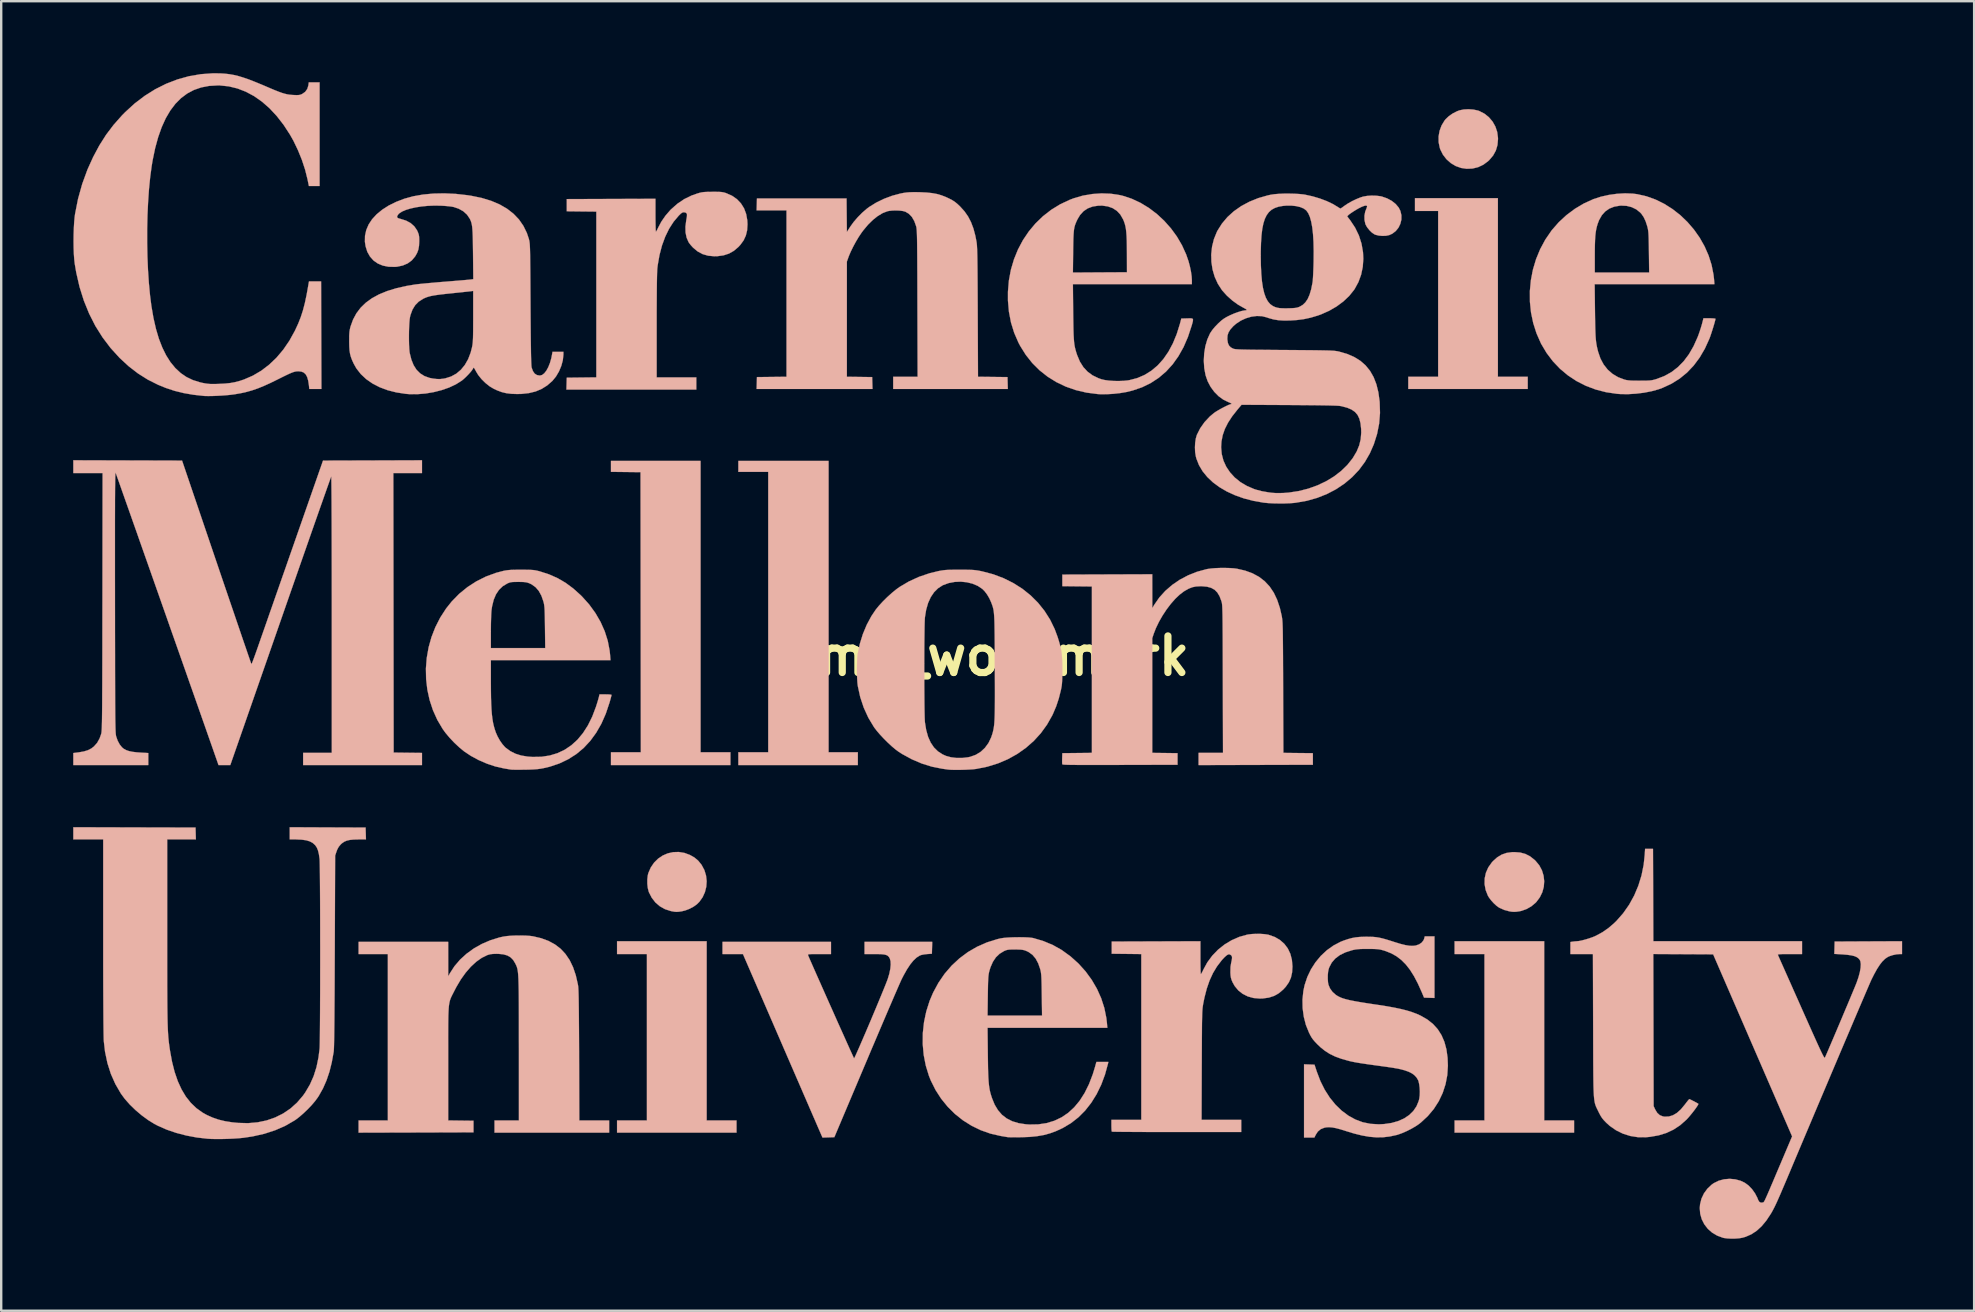
<source format=kicad_pcb>
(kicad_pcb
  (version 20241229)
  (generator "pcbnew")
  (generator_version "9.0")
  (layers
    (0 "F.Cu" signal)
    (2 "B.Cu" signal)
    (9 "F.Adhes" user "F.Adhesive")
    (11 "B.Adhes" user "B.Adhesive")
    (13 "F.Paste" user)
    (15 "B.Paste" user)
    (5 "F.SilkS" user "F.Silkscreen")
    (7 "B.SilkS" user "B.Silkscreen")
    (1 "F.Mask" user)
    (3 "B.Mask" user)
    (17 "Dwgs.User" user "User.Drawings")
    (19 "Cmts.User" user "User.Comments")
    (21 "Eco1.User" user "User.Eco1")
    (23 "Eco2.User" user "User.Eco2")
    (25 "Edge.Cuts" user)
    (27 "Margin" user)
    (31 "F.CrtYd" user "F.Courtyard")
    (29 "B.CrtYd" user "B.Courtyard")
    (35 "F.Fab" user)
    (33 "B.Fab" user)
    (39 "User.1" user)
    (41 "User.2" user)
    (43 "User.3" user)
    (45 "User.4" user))
  (footprint "cmu_wordmark"
    (layer "F.Cu")
    (at 38.105 24.283)
    (property "Reference" "cmu_wordmark" (at 0 0 0) (layer "F.SilkS") (effects (font (size 1.524 1.524) (thickness 0.3))))
    (attr through_hole)
    (fp_poly (pts (xy -11.963 4.013) (xy -10.719 4.013) (xy -10.719 4.547) (xy -15.697 4.547) (xy -15.697 4.013) (xy -14.452 4.013) (xy -14.465 -7.658) (xy -15.697 -7.672) (xy -15.697 -8.128) (xy -11.963 -8.128) (xy -11.963 4.013)) (stroke (width 0.01) (type solid)) (fill yes) (layer "B.SilkS"))
    (fp_poly (pts (xy -11.709 19.355) (xy -10.465 19.355) (xy -10.465 19.863) (xy -15.443 19.863) (xy -15.443 19.355) (xy -14.199 19.355) (xy -14.199 12.421) (xy -15.443 12.421) (xy -15.443 11.887) (xy -11.709 11.887) (xy -11.709 19.355)) (stroke (width 0.01) (type solid)) (fill yes) (layer "B.SilkS"))
    (fp_poly (pts (xy -6.629 4.013) (xy -5.41 4.013) (xy -5.41 4.547) (xy -10.389 4.547) (xy -10.389 4.013) (xy -9.144 4.013) (xy -9.144 -7.671) (xy -10.389 -7.671) (xy -10.389 -8.128) (xy -6.629 -8.128) (xy -6.629 4.013)) (stroke (width 0.01) (type solid)) (fill yes) (layer "B.SilkS"))
    (fp_poly (pts (xy 21.26 -11.633) (xy 22.504 -11.633) (xy 22.504 -11.125) (xy 17.526 -11.125) (xy 17.526 -11.633) (xy 18.771 -11.633) (xy 18.771 -18.542) (xy 17.805 -18.542) (xy 17.805 -19.075) (xy 21.26 -19.075) (xy 21.26 -11.633)) (stroke (width 0.01) (type solid)) (fill yes) (layer "B.SilkS"))
    (fp_poly (pts (xy 23.19 19.355) (xy 24.435 19.355) (xy 24.435 19.863) (xy 19.456 19.863) (xy 19.456 19.355) (xy 20.701 19.355) (xy 20.701 12.421) (xy 19.456 12.421) (xy 19.456 11.887) (xy 23.19 11.887) (xy 23.19 19.355)) (stroke (width 0.01) (type solid)) (fill yes) (layer "B.SilkS"))
    (fp_poly (pts (xy 20.242 -22.767) (xy 20.425 -22.728) (xy 20.481 -22.709) (xy 20.696 -22.599) (xy 20.883 -22.451) (xy 21.037 -22.27) (xy 21.155 -22.062) (xy 21.232 -21.832) (xy 21.264 -21.587) (xy 21.265 -21.539) (xy 21.243 -21.288) (xy 21.175 -21.059) (xy 21.06 -20.85) (xy 20.898 -20.66) (xy 20.86 -20.624) (xy 20.659 -20.473) (xy 20.439 -20.368) (xy 20.203 -20.31) (xy 19.959 -20.3) (xy 19.73 -20.334) (xy 19.504 -20.414) (xy 19.298 -20.537) (xy 19.118 -20.697) (xy 18.971 -20.887) (xy 18.863 -21.102) (xy 18.839 -21.171) (xy 18.791 -21.406) (xy 18.789 -21.647) (xy 18.831 -21.884) (xy 18.915 -22.109) (xy 19.038 -22.311) (xy 19.085 -22.369) (xy 19.217 -22.493) (xy 19.38 -22.606) (xy 19.556 -22.696) (xy 19.664 -22.736) (xy 19.842 -22.772) (xy 20.041 -22.782) (xy 20.242 -22.767)) (stroke (width 0.01) (type solid)) (fill yes) (layer "B.SilkS"))
    (fp_poly (pts (xy -12.635 8.207) (xy -12.408 8.291) (xy -12.219 8.398) (xy -12.065 8.527) (xy -11.932 8.689) (xy -11.915 8.715) (xy -11.803 8.925) (xy -11.735 9.151) (xy -11.709 9.384) (xy -11.725 9.617) (xy -11.782 9.843) (xy -11.878 10.054) (xy -12.012 10.243) (xy -12.118 10.348) (xy -12.256 10.447) (xy -12.423 10.536) (xy -12.6 10.604) (xy -12.751 10.641) (xy -12.87 10.658) (xy -12.963 10.664) (xy -13.05 10.658) (xy -13.156 10.639) (xy -13.207 10.628) (xy -13.444 10.552) (xy -13.658 10.432) (xy -13.843 10.274) (xy -13.995 10.08) (xy -14.111 9.855) (xy -14.126 9.815) (xy -14.163 9.666) (xy -14.182 9.491) (xy -14.182 9.309) (xy -14.163 9.141) (xy -14.138 9.042) (xy -14.036 8.811) (xy -13.899 8.611) (xy -13.731 8.445) (xy -13.54 8.316) (xy -13.329 8.225) (xy -13.104 8.175) (xy -12.871 8.168) (xy -12.635 8.207)) (stroke (width 0.01) (type solid)) (fill yes) (layer "B.SilkS"))
    (fp_poly (pts (xy 22.189 8.191) (xy 22.405 8.249) (xy 22.601 8.349) (xy 22.787 8.496) (xy 22.831 8.538) (xy 22.986 8.726) (xy 23.097 8.935) (xy 23.165 9.158) (xy 23.19 9.388) (xy 23.173 9.619) (xy 23.112 9.844) (xy 23.008 10.057) (xy 22.862 10.252) (xy 22.827 10.288) (xy 22.649 10.436) (xy 22.443 10.551) (xy 22.224 10.626) (xy 22.149 10.641) (xy 22.029 10.658) (xy 21.935 10.663) (xy 21.845 10.658) (xy 21.742 10.642) (xy 21.535 10.587) (xy 21.338 10.501) (xy 21.299 10.479) (xy 21.198 10.406) (xy 21.087 10.303) (xy 20.98 10.185) (xy 20.89 10.066) (xy 20.843 9.988) (xy 20.75 9.751) (xy 20.706 9.509) (xy 20.71 9.269) (xy 20.761 9.035) (xy 20.859 8.813) (xy 21.003 8.608) (xy 21.053 8.552) (xy 21.231 8.392) (xy 21.418 8.278) (xy 21.622 8.207) (xy 21.852 8.175) (xy 21.946 8.173) (xy 22.189 8.191)) (stroke (width 0.01) (type solid)) (fill yes) (layer "B.SilkS"))
    (fp_poly (pts (xy -11.309 -19.34) (xy -11.189 -19.338) (xy -11.098 -19.332) (xy -11.025 -19.321) (xy -10.958 -19.305) (xy -10.892 -19.283) (xy -10.651 -19.176) (xy -10.447 -19.034) (xy -10.28 -18.858) (xy -10.151 -18.651) (xy -10.063 -18.415) (xy -10.016 -18.151) (xy -10.008 -17.982) (xy -10.024 -17.734) (xy -10.077 -17.516) (xy -10.169 -17.318) (xy -10.305 -17.131) (xy -10.388 -17.041) (xy -10.574 -16.883) (xy -10.778 -16.767) (xy -11.005 -16.693) (xy -11.26 -16.658) (xy -11.392 -16.655) (xy -11.647 -16.678) (xy -11.876 -16.744) (xy -12.084 -16.855) (xy -12.273 -17.012) (xy -12.296 -17.036) (xy -12.367 -17.115) (xy -12.431 -17.196) (xy -12.465 -17.247) (xy -12.545 -17.431) (xy -12.589 -17.647) (xy -12.594 -17.888) (xy -12.561 -18.149) (xy -12.555 -18.181) (xy -12.533 -18.307) (xy -12.529 -18.393) (xy -12.547 -18.446) (xy -12.588 -18.475) (xy -12.646 -18.487) (xy -12.692 -18.486) (xy -12.735 -18.469) (xy -12.788 -18.429) (xy -12.86 -18.359) (xy -12.875 -18.344) (xy -13.088 -18.092) (xy -13.276 -17.799) (xy -13.437 -17.468) (xy -13.571 -17.103) (xy -13.675 -16.706) (xy -13.749 -16.283) (xy -13.765 -16.149) (xy -13.77 -16.075) (xy -13.775 -15.953) (xy -13.779 -15.784) (xy -13.783 -15.571) (xy -13.786 -15.316) (xy -13.788 -15.023) (xy -13.79 -14.691) (xy -13.792 -14.325) (xy -13.792 -13.927) (xy -13.792 -13.755) (xy -13.792 -11.608) (xy -12.141 -11.608) (xy -12.141 -11.1) (xy -17.553 -11.1) (xy -17.539 -11.595) (xy -16.307 -11.609) (xy -16.307 -18.516) (xy -16.923 -18.522) (xy -17.539 -18.529) (xy -17.539 -19.037) (xy -13.843 -19.05) (xy -13.843 -18.364) (xy -13.842 -18.184) (xy -13.84 -18.021) (xy -13.837 -17.883) (xy -13.834 -17.775) (xy -13.829 -17.705) (xy -13.824 -17.679) (xy -13.824 -17.679) (xy -13.805 -17.701) (xy -13.773 -17.758) (xy -13.734 -17.837) (xy -13.731 -17.845) (xy -13.597 -18.098) (xy -13.424 -18.348) (xy -13.223 -18.58) (xy -13.196 -18.607) (xy -12.929 -18.844) (xy -12.644 -19.036) (xy -12.335 -19.187) (xy -12.098 -19.27) (xy -12.007 -19.297) (xy -11.926 -19.316) (xy -11.845 -19.328) (xy -11.749 -19.335) (xy -11.627 -19.339) (xy -11.468 -19.34) (xy -11.309 -19.34)) (stroke (width 0.01) (type solid)) (fill yes) (layer "B.SilkS"))
    (fp_poly (pts (xy -2.954 -19.326) (xy -2.807 -19.323) (xy -2.541 -19.31) (xy -2.314 -19.286) (xy -2.112 -19.249) (xy -1.923 -19.194) (xy -1.736 -19.121) (xy -1.6 -19.057) (xy -1.476 -18.992) (xy -1.374 -18.927) (xy -1.278 -18.85) (xy -1.169 -18.749) (xy -1.141 -18.721) (xy -0.964 -18.524) (xy -0.816 -18.312) (xy -0.694 -18.077) (xy -0.594 -17.813) (xy -0.514 -17.512) (xy -0.467 -17.27) (xy -0.46 -17.226) (xy -0.454 -17.175) (xy -0.448 -17.113) (xy -0.444 -17.037) (xy -0.439 -16.944) (xy -0.436 -16.832) (xy -0.432 -16.696) (xy -0.429 -16.535) (xy -0.427 -16.345) (xy -0.424 -16.123) (xy -0.422 -15.866) (xy -0.42 -15.571) (xy -0.418 -15.235) (xy -0.416 -14.854) (xy -0.414 -14.427) (xy -0.414 -14.332) (xy -0.403 -11.634) (xy 0.211 -11.627) (xy 0.826 -11.62) (xy 0.833 -11.373) (xy 0.84 -11.125) (xy -3.937 -11.125) (xy -3.937 -11.633) (xy -2.919 -11.633) (xy -2.928 -14.688) (xy -2.929 -15.149) (xy -2.93 -15.562) (xy -2.931 -15.93) (xy -2.933 -16.256) (xy -2.934 -16.541) (xy -2.936 -16.791) (xy -2.938 -17.006) (xy -2.94 -17.189) (xy -2.942 -17.345) (xy -2.945 -17.474) (xy -2.948 -17.581) (xy -2.952 -17.668) (xy -2.956 -17.737) (xy -2.961 -17.792) (xy -2.966 -17.835) (xy -2.971 -17.869) (xy -2.978 -17.897) (xy -2.979 -17.901) (xy -3.057 -18.12) (xy -3.158 -18.295) (xy -3.285 -18.426) (xy -3.427 -18.511) (xy -3.527 -18.539) (xy -3.66 -18.557) (xy -3.812 -18.564) (xy -3.966 -18.56) (xy -4.106 -18.545) (xy -4.181 -18.529) (xy -4.376 -18.454) (xy -4.578 -18.333) (xy -4.783 -18.17) (xy -4.986 -17.97) (xy -5.183 -17.734) (xy -5.263 -17.626) (xy -5.377 -17.455) (xy -5.494 -17.258) (xy -5.606 -17.051) (xy -5.705 -16.848) (xy -5.783 -16.666) (xy -5.801 -16.616) (xy -5.867 -16.431) (xy -5.867 -11.634) (xy -5.34 -11.627) (xy -4.813 -11.62) (xy -4.806 -11.373) (xy -4.799 -11.125) (xy -9.628 -11.125) (xy -9.614 -11.62) (xy -8.382 -11.634) (xy -8.382 -18.567) (xy -9.628 -18.567) (xy -9.614 -19.063) (xy -5.88 -19.063) (xy -5.867 -17.668) (xy -5.713 -17.905) (xy -5.578 -18.091) (xy -5.411 -18.284) (xy -5.227 -18.47) (xy -5.039 -18.633) (xy -4.941 -18.707) (xy -4.648 -18.889) (xy -4.322 -19.048) (xy -3.978 -19.177) (xy -3.63 -19.27) (xy -3.505 -19.294) (xy -3.388 -19.311) (xy -3.266 -19.321) (xy -3.125 -19.326) (xy -2.954 -19.326)) (stroke (width 0.01) (type solid)) (fill yes) (layer "B.SilkS"))
    (fp_poly (pts (xy -19.245 11.653) (xy -19.069 11.665) (xy -18.948 11.681) (xy -18.607 11.761) (xy -18.302 11.873) (xy -18.032 12.019) (xy -17.795 12.2) (xy -17.592 12.418) (xy -17.419 12.673) (xy -17.277 12.968) (xy -17.163 13.303) (xy -17.077 13.68) (xy -17.066 13.743) (xy -17.061 13.79) (xy -17.056 13.862) (xy -17.051 13.962) (xy -17.047 14.093) (xy -17.043 14.256) (xy -17.04 14.453) (xy -17.037 14.688) (xy -17.034 14.962) (xy -17.032 15.276) (xy -17.029 15.635) (xy -17.027 16.039) (xy -17.025 16.491) (xy -17.025 16.643) (xy -17.016 19.355) (xy -15.773 19.355) (xy -15.773 19.863) (xy -20.549 19.863) (xy -20.549 19.355) (xy -19.533 19.355) (xy -19.533 16.364) (xy -19.534 15.892) (xy -19.534 15.467) (xy -19.534 15.088) (xy -19.535 14.751) (xy -19.536 14.454) (xy -19.538 14.193) (xy -19.54 13.966) (xy -19.544 13.77) (xy -19.548 13.602) (xy -19.553 13.459) (xy -19.56 13.339) (xy -19.567 13.238) (xy -19.576 13.155) (xy -19.587 13.085) (xy -19.599 13.026) (xy -19.613 12.976) (xy -19.629 12.931) (xy -19.647 12.889) (xy -19.667 12.847) (xy -19.685 12.811) (xy -19.773 12.666) (xy -19.881 12.557) (xy -20.015 12.48) (xy -20.181 12.433) (xy -20.383 12.413) (xy -20.472 12.412) (xy -20.613 12.416) (xy -20.721 12.428) (xy -20.815 12.453) (xy -20.857 12.468) (xy -21.087 12.582) (xy -21.314 12.744) (xy -21.536 12.949) (xy -21.75 13.196) (xy -21.953 13.479) (xy -22.141 13.797) (xy -22.211 13.932) (xy -22.255 14.018) (xy -22.294 14.093) (xy -22.328 14.161) (xy -22.358 14.223) (xy -22.383 14.285) (xy -22.405 14.349) (xy -22.423 14.419) (xy -22.438 14.499) (xy -22.451 14.591) (xy -22.46 14.7) (xy -22.467 14.828) (xy -22.473 14.98) (xy -22.476 15.159) (xy -22.478 15.367) (xy -22.479 15.61) (xy -22.48 15.889) (xy -22.479 16.209) (xy -22.479 16.573) (xy -22.479 16.966) (xy -22.479 19.354) (xy -21.952 19.361) (xy -21.425 19.367) (xy -21.425 19.85) (xy -23.819 19.857) (xy -26.213 19.863) (xy -26.213 19.355) (xy -24.994 19.355) (xy -24.994 12.421) (xy -26.213 12.421) (xy -26.213 11.913) (xy -22.479 11.913) (xy -22.478 13.348) (xy -22.408 13.221) (xy -22.217 12.927) (xy -21.984 12.654) (xy -21.713 12.407) (xy -21.409 12.187) (xy -21.076 11.999) (xy -20.72 11.846) (xy -20.345 11.73) (xy -20.176 11.693) (xy -20.032 11.672) (xy -19.852 11.657) (xy -19.651 11.649) (xy -19.444 11.648) (xy -19.245 11.653)) (stroke (width 0.01) (type solid)) (fill yes) (layer "B.SilkS"))
    (fp_poly (pts (xy 11.361 11.58) (xy 11.532 11.591) (xy 11.675 11.612) (xy 11.709 11.62) (xy 11.961 11.709) (xy 12.179 11.835) (xy 12.361 11.995) (xy 12.506 12.188) (xy 12.612 12.411) (xy 12.677 12.662) (xy 12.7 12.937) (xy 12.7 12.941) (xy 12.685 13.188) (xy 12.637 13.404) (xy 12.552 13.597) (xy 12.426 13.778) (xy 12.319 13.896) (xy 12.137 14.051) (xy 11.939 14.164) (xy 11.718 14.236) (xy 11.468 14.271) (xy 11.34 14.275) (xy 11.08 14.253) (xy 10.842 14.188) (xy 10.629 14.082) (xy 10.446 13.938) (xy 10.295 13.757) (xy 10.204 13.596) (xy 10.162 13.496) (xy 10.136 13.407) (xy 10.121 13.306) (xy 10.114 13.195) (xy 10.119 12.953) (xy 10.145 12.794) (xy 10.172 12.668) (xy 10.183 12.581) (xy 10.177 12.522) (xy 10.154 12.482) (xy 10.124 12.458) (xy 10.077 12.433) (xy 10.035 12.434) (xy 9.984 12.458) (xy 9.934 12.495) (xy 9.863 12.56) (xy 9.785 12.643) (xy 9.748 12.685) (xy 9.554 12.939) (xy 9.388 13.215) (xy 9.248 13.52) (xy 9.13 13.858) (xy 9.033 14.235) (xy 8.989 14.453) (xy 8.978 14.509) (xy 8.97 14.561) (xy 8.962 14.614) (xy 8.955 14.67) (xy 8.949 14.735) (xy 8.944 14.81) (xy 8.94 14.901) (xy 8.937 15.009) (xy 8.934 15.139) (xy 8.931 15.294) (xy 8.929 15.478) (xy 8.928 15.695) (xy 8.926 15.947) (xy 8.925 16.239) (xy 8.923 16.573) (xy 8.922 16.954) (xy 8.921 17.05) (xy 8.913 19.329) (xy 10.566 19.329) (xy 10.566 19.837) (xy 7.878 19.837) (xy 7.513 19.837) (xy 7.162 19.837) (xy 6.829 19.836) (xy 6.516 19.835) (xy 6.228 19.834) (xy 5.968 19.832) (xy 5.739 19.831) (xy 5.543 19.829) (xy 5.386 19.827) (xy 5.27 19.825) (xy 5.198 19.823) (xy 5.173 19.82) (xy 5.166 19.789) (xy 5.16 19.719) (xy 5.157 19.623) (xy 5.156 19.566) (xy 5.156 19.329) (xy 6.401 19.329) (xy 6.401 12.422) (xy 5.785 12.415) (xy 5.169 12.408) (xy 5.169 11.9) (xy 8.865 11.887) (xy 8.865 12.573) (xy 8.865 12.753) (xy 8.867 12.916) (xy 8.87 13.055) (xy 8.874 13.162) (xy 8.878 13.232) (xy 8.883 13.258) (xy 8.884 13.258) (xy 8.902 13.236) (xy 8.935 13.178) (xy 8.976 13.096) (xy 8.991 13.063) (xy 9.156 12.762) (xy 9.361 12.486) (xy 9.601 12.238) (xy 9.871 12.023) (xy 10.166 11.845) (xy 10.48 11.707) (xy 10.807 11.615) (xy 10.854 11.606) (xy 11.005 11.587) (xy 11.18 11.579) (xy 11.361 11.58)) (stroke (width 0.01) (type solid)) (fill yes) (layer "B.SilkS"))
    (fp_poly (pts (xy -6.528 12.421) (xy -7.013 12.421) (xy -7.182 12.421) (xy -7.306 12.422) (xy -7.392 12.425) (xy -7.447 12.43) (xy -7.476 12.438) (xy -7.487 12.449) (xy -7.486 12.465) (xy -7.486 12.465) (xy -7.473 12.496) (xy -7.442 12.57) (xy -7.394 12.681) (xy -7.33 12.826) (xy -7.253 13.001) (xy -7.164 13.203) (xy -7.065 13.426) (xy -6.957 13.668) (xy -6.844 13.923) (xy -6.726 14.189) (xy -6.605 14.461) (xy -6.482 14.735) (xy -6.361 15.008) (xy -6.242 15.275) (xy -6.127 15.532) (xy -6.017 15.775) (xy -5.916 16.001) (xy -5.824 16.206) (xy -5.744 16.385) (xy -5.676 16.534) (xy -5.623 16.65) (xy -5.587 16.729) (xy -5.569 16.766) (xy -5.568 16.768) (xy -5.555 16.749) (xy -5.524 16.687) (xy -5.478 16.588) (xy -5.419 16.454) (xy -5.347 16.292) (xy -5.266 16.105) (xy -5.177 15.898) (xy -5.081 15.676) (xy -4.981 15.442) (xy -4.879 15.202) (xy -4.777 14.959) (xy -4.676 14.719) (xy -4.579 14.486) (xy -4.487 14.264) (xy -4.402 14.058) (xy -4.326 13.873) (xy -4.261 13.712) (xy -4.209 13.58) (xy -4.172 13.482) (xy -4.159 13.445) (xy -4.097 13.236) (xy -4.057 13.039) (xy -4.04 12.864) (xy -4.047 12.716) (xy -4.078 12.605) (xy -4.081 12.598) (xy -4.118 12.538) (xy -4.164 12.493) (xy -4.225 12.461) (xy -4.309 12.44) (xy -4.423 12.427) (xy -4.575 12.422) (xy -4.718 12.421) (xy -5.131 12.421) (xy -5.131 11.913) (xy -2.31 11.913) (xy -2.317 12.16) (xy -2.324 12.408) (xy -2.527 12.422) (xy -2.647 12.436) (xy -2.754 12.457) (xy -2.825 12.482) (xy -2.959 12.565) (xy -3.092 12.688) (xy -3.226 12.853) (xy -3.364 13.062) (xy -3.507 13.317) (xy -3.581 13.462) (xy -3.61 13.524) (xy -3.657 13.63) (xy -3.722 13.777) (xy -3.802 13.961) (xy -3.897 14.18) (xy -4.004 14.43) (xy -4.124 14.708) (xy -4.254 15.012) (xy -4.393 15.338) (xy -4.54 15.683) (xy -4.693 16.044) (xy -4.852 16.417) (xy -5.014 16.801) (xy -5.063 16.916) (xy -6.389 20.053) (xy -6.636 20.061) (xy -6.883 20.068) (xy -6.942 19.934) (xy -6.958 19.895) (xy -6.994 19.813) (xy -7.048 19.69) (xy -7.118 19.528) (xy -7.204 19.329) (xy -7.305 19.097) (xy -7.419 18.834) (xy -7.545 18.542) (xy -7.683 18.225) (xy -7.83 17.884) (xy -7.987 17.523) (xy -8.151 17.144) (xy -8.322 16.75) (xy -8.499 16.342) (xy -8.599 16.11) (xy -10.198 12.421) (xy -11.049 12.421) (xy -11.049 11.913) (xy -6.528 11.913) (xy -6.528 12.421)) (stroke (width 0.01) (type solid)) (fill yes) (layer "B.SilkS"))
    (fp_poly (pts (xy 10.088 -3.663) (xy 10.265 -3.651) (xy 10.389 -3.634) (xy 10.731 -3.555) (xy 11.038 -3.442) (xy 11.309 -3.295) (xy 11.545 -3.113) (xy 11.749 -2.894) (xy 11.922 -2.636) (xy 12.063 -2.339) (xy 12.176 -2.001) (xy 12.248 -1.689) (xy 12.257 -1.644) (xy 12.264 -1.599) (xy 12.271 -1.551) (xy 12.277 -1.498) (xy 12.282 -1.435) (xy 12.287 -1.361) (xy 12.29 -1.271) (xy 12.294 -1.164) (xy 12.297 -1.035) (xy 12.299 -0.881) (xy 12.301 -0.699) (xy 12.303 -0.487) (xy 12.305 -0.241) (xy 12.307 0.042) (xy 12.308 0.366) (xy 12.31 0.733) (xy 12.311 1.146) (xy 12.312 1.314) (xy 12.322 4.038) (xy 12.936 4.045) (xy 13.551 4.051) (xy 13.551 4.534) (xy 8.788 4.547) (xy 8.788 4.039) (xy 9.806 4.039) (xy 9.798 0.959) (xy 9.797 0.499) (xy 9.796 0.087) (xy 9.795 -0.279) (xy 9.794 -0.604) (xy 9.793 -0.888) (xy 9.791 -1.136) (xy 9.79 -1.35) (xy 9.788 -1.533) (xy 9.786 -1.688) (xy 9.783 -1.817) (xy 9.78 -1.923) (xy 9.777 -2.01) (xy 9.773 -2.08) (xy 9.769 -2.135) (xy 9.764 -2.179) (xy 9.758 -2.214) (xy 9.752 -2.243) (xy 9.744 -2.27) (xy 9.738 -2.289) (xy 9.663 -2.488) (xy 9.57 -2.643) (xy 9.456 -2.759) (xy 9.314 -2.838) (xy 9.139 -2.886) (xy 8.927 -2.905) (xy 8.852 -2.905) (xy 8.68 -2.895) (xy 8.529 -2.864) (xy 8.38 -2.806) (xy 8.219 -2.716) (xy 8.175 -2.689) (xy 7.998 -2.554) (xy 7.814 -2.379) (xy 7.631 -2.17) (xy 7.453 -1.936) (xy 7.287 -1.684) (xy 7.138 -1.424) (xy 7.012 -1.163) (xy 6.921 -0.929) (xy 6.858 -0.74) (xy 6.858 4.038) (xy 7.385 4.044) (xy 7.912 4.051) (xy 7.912 4.534) (xy 5.517 4.54) (xy 5.105 4.541) (xy 4.741 4.542) (xy 4.422 4.542) (xy 4.146 4.542) (xy 3.909 4.542) (xy 3.71 4.54) (xy 3.544 4.539) (xy 3.41 4.537) (xy 3.304 4.534) (xy 3.225 4.531) (xy 3.168 4.527) (xy 3.132 4.522) (xy 3.114 4.516) (xy 3.11 4.513) (xy 3.104 4.473) (xy 3.102 4.397) (xy 3.103 4.298) (xy 3.104 4.265) (xy 3.111 4.051) (xy 4.343 4.038) (xy 4.343 -2.895) (xy 3.727 -2.901) (xy 3.111 -2.908) (xy 3.111 -3.391) (xy 6.858 -3.404) (xy 6.859 -2.699) (xy 6.86 -1.994) (xy 6.941 -2.131) (xy 7.15 -2.433) (xy 7.4 -2.71) (xy 7.687 -2.959) (xy 8.005 -3.177) (xy 8.352 -3.36) (xy 8.721 -3.507) (xy 9.108 -3.613) (xy 9.161 -3.624) (xy 9.303 -3.644) (xy 9.482 -3.659) (xy 9.682 -3.667) (xy 9.889 -3.668) (xy 10.088 -3.663)) (stroke (width 0.01) (type solid)) (fill yes) (layer "B.SilkS"))
    (fp_poly (pts (xy 5.131 -19.261) (xy 5.504 -19.204) (xy 5.629 -19.175) (xy 6.005 -19.051) (xy 6.37 -18.88) (xy 6.719 -18.668) (xy 7.05 -18.417) (xy 7.357 -18.132) (xy 7.636 -17.818) (xy 7.885 -17.477) (xy 8.097 -17.114) (xy 8.27 -16.734) (xy 8.368 -16.452) (xy 8.426 -16.234) (xy 8.471 -16.018) (xy 8.499 -15.82) (xy 8.509 -15.656) (xy 8.509 -15.494) (xy 3.552 -15.494) (xy 3.563 -14.332) (xy 3.567 -14.03) (xy 3.571 -13.774) (xy 3.575 -13.557) (xy 3.581 -13.375) (xy 3.59 -13.221) (xy 3.6 -13.091) (xy 3.614 -12.978) (xy 3.631 -12.878) (xy 3.653 -12.784) (xy 3.679 -12.691) (xy 3.709 -12.594) (xy 3.732 -12.528) (xy 3.845 -12.261) (xy 3.988 -12.034) (xy 4.163 -11.845) (xy 4.372 -11.692) (xy 4.618 -11.573) (xy 4.737 -11.531) (xy 4.877 -11.498) (xy 5.053 -11.474) (xy 5.251 -11.46) (xy 5.457 -11.457) (xy 5.658 -11.464) (xy 5.839 -11.482) (xy 5.905 -11.493) (xy 6.234 -11.579) (xy 6.54 -11.711) (xy 6.824 -11.888) (xy 7.085 -12.108) (xy 7.321 -12.372) (xy 7.532 -12.678) (xy 7.718 -13.026) (xy 7.878 -13.414) (xy 8.012 -13.843) (xy 8.069 -14.059) (xy 8.315 -14.066) (xy 8.426 -14.069) (xy 8.5 -14.066) (xy 8.543 -14.049) (xy 8.557 -14.011) (xy 8.549 -13.943) (xy 8.521 -13.837) (xy 8.496 -13.751) (xy 8.344 -13.29) (xy 8.162 -12.87) (xy 7.948 -12.489) (xy 7.705 -12.149) (xy 7.432 -11.85) (xy 7.129 -11.591) (xy 6.796 -11.373) (xy 6.434 -11.196) (xy 6.043 -11.062) (xy 5.783 -10.998) (xy 5.517 -10.953) (xy 5.233 -10.922) (xy 4.949 -10.906) (xy 4.686 -10.907) (xy 4.585 -10.913) (xy 4.119 -10.973) (xy 3.676 -11.077) (xy 3.256 -11.223) (xy 2.863 -11.411) (xy 2.497 -11.638) (xy 2.161 -11.904) (xy 1.857 -12.207) (xy 1.588 -12.547) (xy 1.354 -12.921) (xy 1.282 -13.057) (xy 1.104 -13.467) (xy 0.972 -13.894) (xy 0.886 -14.342) (xy 0.845 -14.809) (xy 0.845 -15.176) (xy 0.884 -15.643) (xy 0.946 -15.976) (xy 3.552 -15.976) (xy 4.678 -15.983) (xy 5.804 -15.989) (xy 5.802 -16.789) (xy 5.8 -17.067) (xy 5.796 -17.3) (xy 5.788 -17.495) (xy 5.776 -17.658) (xy 5.76 -17.795) (xy 5.738 -17.914) (xy 5.71 -18.019) (xy 5.675 -18.118) (xy 5.64 -18.199) (xy 5.528 -18.393) (xy 5.384 -18.547) (xy 5.209 -18.661) (xy 5.005 -18.733) (xy 4.773 -18.765) (xy 4.61 -18.763) (xy 4.375 -18.727) (xy 4.169 -18.65) (xy 3.994 -18.532) (xy 3.849 -18.373) (xy 3.747 -18.203) (xy 3.703 -18.112) (xy 3.668 -18.029) (xy 3.639 -17.951) (xy 3.616 -17.868) (xy 3.599 -17.776) (xy 3.587 -17.668) (xy 3.578 -17.537) (xy 3.571 -17.377) (xy 3.567 -17.181) (xy 3.563 -16.944) (xy 3.562 -16.846) (xy 3.552 -15.976) (xy 0.946 -15.976) (xy 0.968 -16.094) (xy 1.096 -16.527) (xy 1.264 -16.94) (xy 1.471 -17.329) (xy 1.716 -17.692) (xy 1.995 -18.025) (xy 2.308 -18.327) (xy 2.651 -18.593) (xy 3.024 -18.822) (xy 3.423 -19.009) (xy 3.589 -19.072) (xy 3.963 -19.181) (xy 4.351 -19.248) (xy 4.744 -19.275) (xy 5.131 -19.261)) (stroke (width 0.01) (type solid)) (fill yes) (layer "B.SilkS"))
    (fp_poly (pts (xy 1.534 11.723) (xy 1.697 11.73) (xy 1.829 11.743) (xy 1.905 11.756) (xy 2.322 11.88) (xy 2.712 12.043) (xy 3.07 12.243) (xy 3.092 12.257) (xy 3.454 12.52) (xy 3.784 12.817) (xy 4.079 13.144) (xy 4.336 13.496) (xy 4.554 13.87) (xy 4.73 14.262) (xy 4.861 14.667) (xy 4.945 15.083) (xy 4.969 15.29) (xy 4.986 15.494) (xy -0.005 15.494) (xy 0.007 16.593) (xy 0.011 16.901) (xy 0.015 17.164) (xy 0.021 17.387) (xy 0.029 17.577) (xy 0.04 17.738) (xy 0.053 17.877) (xy 0.07 17.999) (xy 0.09 18.11) (xy 0.115 18.215) (xy 0.146 18.32) (xy 0.179 18.421) (xy 0.29 18.694) (xy 0.429 18.926) (xy 0.596 19.119) (xy 0.795 19.272) (xy 1.026 19.389) (xy 1.291 19.469) (xy 1.593 19.515) (xy 1.74 19.525) (xy 2.109 19.518) (xy 2.455 19.466) (xy 2.778 19.368) (xy 3.077 19.226) (xy 3.354 19.039) (xy 3.606 18.807) (xy 3.835 18.531) (xy 4.04 18.21) (xy 4.221 17.845) (xy 4.378 17.436) (xy 4.464 17.156) (xy 4.531 16.916) (xy 5.03 16.916) (xy 5.014 16.986) (xy 4.889 17.443) (xy 4.73 17.869) (xy 4.539 18.261) (xy 4.316 18.619) (xy 4.063 18.941) (xy 3.782 19.223) (xy 3.473 19.465) (xy 3.139 19.664) (xy 3.124 19.672) (xy 2.86 19.794) (xy 2.601 19.89) (xy 2.337 19.962) (xy 2.057 20.011) (xy 1.75 20.041) (xy 1.41 20.054) (xy 1.25 20.056) (xy 1.105 20.057) (xy 0.982 20.056) (xy 0.891 20.054) (xy 0.841 20.051) (xy 0.838 20.051) (xy 0.786 20.042) (xy 0.698 20.027) (xy 0.59 20.009) (xy 0.533 19.999) (xy 0.114 19.903) (xy -0.288 19.761) (xy -0.67 19.575) (xy -1.03 19.349) (xy -1.363 19.084) (xy -1.666 18.783) (xy -1.937 18.45) (xy -2.171 18.087) (xy -2.367 17.696) (xy -2.446 17.501) (xy -2.578 17.072) (xy -2.665 16.627) (xy -2.706 16.173) (xy -2.702 15.715) (xy -2.652 15.258) (xy -2.595 14.986) (xy -0.005 14.986) (xy 2.266 14.986) (xy 2.254 14.116) (xy 2.251 13.878) (xy 2.248 13.684) (xy 2.244 13.529) (xy 2.239 13.406) (xy 2.233 13.308) (xy 2.225 13.23) (xy 2.216 13.164) (xy 2.204 13.106) (xy 2.189 13.048) (xy 2.189 13.048) (xy 2.105 12.806) (xy 1.998 12.608) (xy 1.865 12.452) (xy 1.704 12.336) (xy 1.604 12.289) (xy 1.533 12.263) (xy 1.463 12.247) (xy 1.38 12.237) (xy 1.27 12.232) (xy 1.143 12.231) (xy 1.007 12.231) (xy 0.908 12.235) (xy 0.835 12.244) (xy 0.774 12.259) (xy 0.714 12.283) (xy 0.68 12.298) (xy 0.497 12.409) (xy 0.344 12.556) (xy 0.218 12.743) (xy 0.118 12.971) (xy 0.072 13.119) (xy 0.057 13.18) (xy 0.045 13.241) (xy 0.035 13.308) (xy 0.027 13.389) (xy 0.021 13.49) (xy 0.016 13.617) (xy 0.012 13.776) (xy 0.009 13.975) (xy 0.006 14.154) (xy -0.005 14.986) (xy -2.595 14.986) (xy -2.557 14.807) (xy -2.418 14.369) (xy -2.272 14.027) (xy -2.051 13.618) (xy -1.794 13.243) (xy -1.502 12.904) (xy -1.178 12.603) (xy -0.825 12.34) (xy -0.444 12.118) (xy -0.037 11.938) (xy 0.393 11.803) (xy 0.533 11.769) (xy 0.647 11.751) (xy 0.797 11.737) (xy 0.972 11.727) (xy 1.16 11.721) (xy 1.352 11.72) (xy 1.534 11.723)) (stroke (width 0.01) (type solid)) (fill yes) (layer "B.SilkS"))
    (fp_poly (pts (xy 26.881 -19.265) (xy 27.064 -19.242) (xy 27.454 -19.153) (xy 27.832 -19.017) (xy 28.194 -18.838) (xy 28.539 -18.62) (xy 28.862 -18.367) (xy 29.16 -18.081) (xy 29.43 -17.767) (xy 29.669 -17.428) (xy 29.873 -17.067) (xy 30.039 -16.689) (xy 30.164 -16.297) (xy 30.244 -15.895) (xy 30.266 -15.704) (xy 30.283 -15.494) (xy 25.293 -15.494) (xy 25.306 -14.37) (xy 25.31 -14.08) (xy 25.314 -13.835) (xy 25.319 -13.629) (xy 25.325 -13.456) (xy 25.332 -13.31) (xy 25.342 -13.185) (xy 25.354 -13.075) (xy 25.37 -12.975) (xy 25.388 -12.878) (xy 25.411 -12.778) (xy 25.437 -12.675) (xy 25.533 -12.395) (xy 25.666 -12.146) (xy 25.835 -11.932) (xy 26.038 -11.754) (xy 26.273 -11.614) (xy 26.537 -11.515) (xy 26.545 -11.513) (xy 26.618 -11.496) (xy 26.701 -11.484) (xy 26.802 -11.475) (xy 26.93 -11.471) (xy 27.096 -11.47) (xy 27.178 -11.47) (xy 27.348 -11.471) (xy 27.478 -11.473) (xy 27.578 -11.478) (xy 27.659 -11.487) (xy 27.732 -11.501) (xy 27.807 -11.521) (xy 27.875 -11.541) (xy 28.197 -11.664) (xy 28.492 -11.828) (xy 28.76 -12.034) (xy 29.003 -12.282) (xy 29.221 -12.573) (xy 29.414 -12.908) (xy 29.584 -13.287) (xy 29.617 -13.373) (xy 29.665 -13.511) (xy 29.714 -13.661) (xy 29.756 -13.8) (xy 29.769 -13.849) (xy 29.827 -14.072) (xy 30.077 -14.072) (xy 30.183 -14.069) (xy 30.267 -14.063) (xy 30.317 -14.055) (xy 30.328 -14.048) (xy 30.32 -14.006) (xy 30.299 -13.926) (xy 30.269 -13.818) (xy 30.232 -13.694) (xy 30.191 -13.563) (xy 30.15 -13.436) (xy 30.112 -13.324) (xy 30.08 -13.236) (xy 30.076 -13.226) (xy 29.887 -12.81) (xy 29.668 -12.435) (xy 29.419 -12.101) (xy 29.14 -11.807) (xy 28.83 -11.554) (xy 28.491 -11.343) (xy 28.121 -11.172) (xy 27.954 -11.111) (xy 27.669 -11.032) (xy 27.352 -10.97) (xy 27.018 -10.929) (xy 26.684 -10.909) (xy 26.364 -10.913) (xy 26.223 -10.923) (xy 25.77 -10.99) (xy 25.336 -11.102) (xy 24.925 -11.257) (xy 24.538 -11.454) (xy 24.179 -11.691) (xy 23.85 -11.966) (xy 23.553 -12.278) (xy 23.29 -12.625) (xy 23.064 -13.005) (xy 23.052 -13.029) (xy 22.87 -13.441) (xy 22.733 -13.869) (xy 22.641 -14.31) (xy 22.595 -14.757) (xy 22.593 -15.208) (xy 22.635 -15.657) (xy 22.721 -16.101) (xy 22.85 -16.533) (xy 22.906 -16.669) (xy 25.298 -16.669) (xy 25.298 -15.977) (xy 27.564 -15.977) (xy 27.553 -16.834) (xy 27.55 -17.07) (xy 27.546 -17.261) (xy 27.543 -17.414) (xy 27.538 -17.536) (xy 27.532 -17.632) (xy 27.524 -17.71) (xy 27.514 -17.775) (xy 27.502 -17.834) (xy 27.487 -17.893) (xy 27.487 -17.894) (xy 27.418 -18.108) (xy 27.337 -18.282) (xy 27.24 -18.423) (xy 27.192 -18.476) (xy 27.03 -18.607) (xy 26.838 -18.701) (xy 26.624 -18.755) (xy 26.395 -18.766) (xy 26.345 -18.763) (xy 26.109 -18.722) (xy 25.905 -18.642) (xy 25.733 -18.522) (xy 25.59 -18.362) (xy 25.476 -18.16) (xy 25.414 -17.996) (xy 25.382 -17.885) (xy 25.356 -17.771) (xy 25.336 -17.647) (xy 25.32 -17.506) (xy 25.31 -17.342) (xy 25.303 -17.146) (xy 25.299 -16.913) (xy 25.298 -16.669) (xy 22.906 -16.669) (xy 23.022 -16.951) (xy 23.236 -17.348) (xy 23.492 -17.722) (xy 23.508 -17.743) (xy 23.796 -18.072) (xy 24.119 -18.371) (xy 24.472 -18.634) (xy 24.849 -18.858) (xy 25.242 -19.036) (xy 25.247 -19.038) (xy 25.553 -19.137) (xy 25.883 -19.211) (xy 26.224 -19.258) (xy 26.561 -19.277) (xy 26.881 -19.265)) (stroke (width 0.01) (type solid)) (fill yes) (layer "B.SilkS"))
    (fp_poly (pts (xy -19.251 -3.592) (xy -19.111 -3.59) (xy -19.002 -3.585) (xy -18.913 -3.578) (xy -18.835 -3.566) (xy -18.758 -3.549) (xy -18.671 -3.527) (xy -18.663 -3.525) (xy -18.279 -3.401) (xy -17.924 -3.244) (xy -17.589 -3.049) (xy -17.269 -2.812) (xy -16.955 -2.53) (xy -16.904 -2.479) (xy -16.605 -2.146) (xy -16.346 -1.79) (xy -16.13 -1.417) (xy -15.957 -1.029) (xy -15.831 -0.632) (xy -15.753 -0.228) (xy -15.734 -0.051) (xy -15.716 0.178) (xy -20.701 0.178) (xy -20.701 1.073) (xy -20.699 1.425) (xy -20.695 1.732) (xy -20.687 1.998) (xy -20.675 2.23) (xy -20.659 2.432) (xy -20.638 2.61) (xy -20.612 2.77) (xy -20.579 2.916) (xy -20.54 3.054) (xy -20.497 3.182) (xy -20.423 3.351) (xy -20.329 3.519) (xy -20.223 3.672) (xy -20.115 3.795) (xy -20.084 3.824) (xy -19.891 3.965) (xy -19.678 4.073) (xy -19.439 4.148) (xy -19.168 4.193) (xy -18.961 4.208) (xy -18.593 4.201) (xy -18.247 4.148) (xy -17.923 4.05) (xy -17.622 3.907) (xy -17.345 3.719) (xy -17.091 3.488) (xy -16.862 3.212) (xy -16.658 2.894) (xy -16.479 2.533) (xy -16.326 2.129) (xy -16.323 2.121) (xy -16.283 1.995) (xy -16.246 1.875) (xy -16.217 1.774) (xy -16.203 1.721) (xy -16.174 1.6) (xy -15.923 1.6) (xy -15.817 1.602) (xy -15.733 1.608) (xy -15.682 1.617) (xy -15.672 1.624) (xy -15.679 1.656) (xy -15.697 1.726) (xy -15.724 1.825) (xy -15.757 1.942) (xy -15.759 1.947) (xy -15.912 2.405) (xy -16.096 2.822) (xy -16.312 3.199) (xy -16.558 3.536) (xy -16.834 3.833) (xy -17.141 4.089) (xy -17.479 4.304) (xy -17.846 4.479) (xy -18.243 4.613) (xy -18.509 4.676) (xy -18.629 4.698) (xy -18.75 4.714) (xy -18.883 4.725) (xy -19.041 4.733) (xy -19.235 4.738) (xy -19.291 4.739) (xy -19.451 4.74) (xy -19.596 4.741) (xy -19.719 4.74) (xy -19.81 4.738) (xy -19.86 4.735) (xy -19.863 4.735) (xy -19.915 4.726) (xy -20.003 4.711) (xy -20.111 4.693) (xy -20.168 4.683) (xy -20.512 4.605) (xy -20.864 4.488) (xy -21.211 4.338) (xy -21.538 4.161) (xy -21.819 3.973) (xy -22.02 3.807) (xy -22.225 3.615) (xy -22.42 3.409) (xy -22.593 3.202) (xy -22.706 3.047) (xy -22.933 2.663) (xy -23.115 2.259) (xy -23.253 1.839) (xy -23.348 1.407) (xy -23.399 0.968) (xy -23.408 0.525) (xy -23.373 0.082) (xy -23.3 -0.33) (xy -20.701 -0.33) (xy -18.436 -0.33) (xy -18.447 -1.2) (xy -18.45 -1.438) (xy -18.453 -1.631) (xy -18.457 -1.786) (xy -18.461 -1.909) (xy -18.467 -2.007) (xy -18.475 -2.085) (xy -18.484 -2.15) (xy -18.496 -2.208) (xy -18.511 -2.266) (xy -18.512 -2.269) (xy -18.595 -2.51) (xy -18.703 -2.707) (xy -18.836 -2.863) (xy -18.996 -2.979) (xy -19.097 -3.028) (xy -19.167 -3.053) (xy -19.237 -3.07) (xy -19.32 -3.08) (xy -19.428 -3.085) (xy -19.558 -3.086) (xy -19.695 -3.085) (xy -19.793 -3.081) (xy -19.867 -3.073) (xy -19.927 -3.057) (xy -19.988 -3.033) (xy -20.018 -3.019) (xy -20.206 -2.906) (xy -20.362 -2.755) (xy -20.488 -2.567) (xy -20.584 -2.339) (xy -20.65 -2.07) (xy -20.673 -1.918) (xy -20.681 -1.829) (xy -20.688 -1.699) (xy -20.693 -1.538) (xy -20.698 -1.356) (xy -20.7 -1.162) (xy -20.701 -1.01) (xy -20.701 -0.33) (xy -23.3 -0.33) (xy -23.296 -0.356) (xy -23.176 -0.785) (xy -23.014 -1.2) (xy -22.811 -1.599) (xy -22.567 -1.976) (xy -22.332 -2.271) (xy -22.021 -2.589) (xy -21.677 -2.869) (xy -21.304 -3.11) (xy -20.907 -3.309) (xy -20.489 -3.463) (xy -20.168 -3.547) (xy -20.076 -3.564) (xy -19.979 -3.577) (xy -19.867 -3.586) (xy -19.73 -3.591) (xy -19.558 -3.593) (xy -19.431 -3.593) (xy -19.251 -3.592)) (stroke (width 0.01) (type solid)) (fill yes) (layer "B.SilkS"))
    (fp_poly (pts (xy -27.502 7.144) (xy -25.921 7.15) (xy -25.913 7.398) (xy -25.906 7.645) (xy -26.217 7.645) (xy -26.418 7.65) (xy -26.579 7.666) (xy -26.708 7.696) (xy -26.814 7.742) (xy -26.906 7.806) (xy -26.954 7.85) (xy -27.038 7.949) (xy -27.098 8.057) (xy -27.131 8.144) (xy -27.19 8.319) (xy -27.205 12.306) (xy -27.208 12.882) (xy -27.21 13.409) (xy -27.212 13.888) (xy -27.215 14.321) (xy -27.218 14.71) (xy -27.22 15.056) (xy -27.223 15.361) (xy -27.226 15.626) (xy -27.229 15.853) (xy -27.233 16.044) (xy -27.236 16.2) (xy -27.24 16.323) (xy -27.244 16.414) (xy -27.249 16.475) (xy -27.251 16.497) (xy -27.33 16.932) (xy -27.428 17.326) (xy -27.55 17.686) (xy -27.695 18.016) (xy -27.868 18.325) (xy -27.918 18.402) (xy -28.028 18.551) (xy -28.169 18.717) (xy -28.332 18.888) (xy -28.505 19.053) (xy -28.676 19.202) (xy -28.836 19.325) (xy -28.88 19.354) (xy -29.266 19.577) (xy -29.687 19.762) (xy -30.141 19.91) (xy -30.63 20.02) (xy -31.001 20.076) (xy -31.198 20.096) (xy -31.427 20.111) (xy -31.673 20.122) (xy -31.923 20.128) (xy -32.161 20.129) (xy -32.374 20.124) (xy -32.508 20.116) (xy -32.953 20.065) (xy -33.39 19.983) (xy -33.812 19.873) (xy -34.208 19.738) (xy -34.57 19.579) (xy -34.718 19.502) (xy -34.985 19.337) (xy -35.253 19.14) (xy -35.511 18.921) (xy -35.75 18.689) (xy -35.958 18.452) (xy -36.116 18.237) (xy -36.347 17.84) (xy -36.535 17.417) (xy -36.678 16.968) (xy -36.778 16.494) (xy -36.829 16.053) (xy -36.833 15.978) (xy -36.836 15.854) (xy -36.839 15.683) (xy -36.842 15.465) (xy -36.845 15.202) (xy -36.847 14.897) (xy -36.849 14.549) (xy -36.851 14.162) (xy -36.853 13.735) (xy -36.854 13.272) (xy -36.855 12.773) (xy -36.855 12.24) (xy -36.855 11.678) (xy -36.855 7.645) (xy -38.1 7.645) (xy -38.1 7.137) (xy -35.554 7.144) (xy -33.007 7.15) (xy -33 7.398) (xy -32.993 7.645) (xy -34.188 7.645) (xy -34.188 11.502) (xy -34.188 12.042) (xy -34.188 12.534) (xy -34.188 12.98) (xy -34.187 13.384) (xy -34.187 13.748) (xy -34.185 14.075) (xy -34.184 14.367) (xy -34.182 14.628) (xy -34.179 14.86) (xy -34.176 15.065) (xy -34.172 15.247) (xy -34.167 15.409) (xy -34.162 15.552) (xy -34.155 15.681) (xy -34.148 15.796) (xy -34.14 15.902) (xy -34.13 16.001) (xy -34.12 16.096) (xy -34.108 16.189) (xy -34.095 16.283) (xy -34.081 16.381) (xy -34.073 16.434) (xy -33.987 16.906) (xy -33.879 17.333) (xy -33.747 17.717) (xy -33.591 18.059) (xy -33.411 18.36) (xy -33.204 18.621) (xy -32.971 18.844) (xy -32.711 19.03) (xy -32.538 19.127) (xy -32.294 19.236) (xy -32.044 19.322) (xy -31.776 19.386) (xy -31.478 19.433) (xy -31.232 19.457) (xy -30.818 19.468) (xy -30.421 19.433) (xy -30.044 19.354) (xy -29.69 19.231) (xy -29.359 19.066) (xy -29.054 18.86) (xy -28.778 18.612) (xy -28.532 18.325) (xy -28.434 18.186) (xy -28.241 17.858) (xy -28.086 17.508) (xy -27.967 17.131) (xy -27.883 16.722) (xy -27.839 16.37) (xy -27.835 16.306) (xy -27.832 16.195) (xy -27.829 16.041) (xy -27.826 15.847) (xy -27.824 15.617) (xy -27.822 15.354) (xy -27.82 15.062) (xy -27.818 14.744) (xy -27.817 14.404) (xy -27.815 14.046) (xy -27.814 13.672) (xy -27.814 13.288) (xy -27.813 12.895) (xy -27.813 12.498) (xy -27.813 12.101) (xy -27.814 11.706) (xy -27.814 11.318) (xy -27.815 10.939) (xy -27.816 10.574) (xy -27.817 10.226) (xy -27.819 9.899) (xy -27.821 9.596) (xy -27.823 9.32) (xy -27.825 9.076) (xy -27.828 8.866) (xy -27.831 8.695) (xy -27.834 8.566) (xy -27.837 8.482) (xy -27.839 8.458) (xy -27.867 8.259) (xy -27.905 8.103) (xy -27.956 7.98) (xy -28.022 7.884) (xy -28.023 7.883) (xy -28.122 7.794) (xy -28.244 7.727) (xy -28.396 7.681) (xy -28.584 7.655) (xy -28.814 7.645) (xy -28.834 7.645) (xy -29.083 7.645) (xy -29.083 7.137) (xy -27.502 7.144)) (stroke (width 0.01) (type solid)) (fill yes) (layer "B.SilkS"))
    (fp_poly (pts (xy -31.982 -24.275) (xy -31.788 -24.263) (xy -31.6 -24.242) (xy -31.413 -24.209) (xy -31.219 -24.163) (xy -31.012 -24.1) (xy -30.783 -24.021) (xy -30.527 -23.921) (xy -30.235 -23.801) (xy -30.111 -23.748) (xy -29.883 -23.65) (xy -29.694 -23.571) (xy -29.537 -23.509) (xy -29.406 -23.462) (xy -29.293 -23.428) (xy -29.193 -23.404) (xy -29.097 -23.388) (xy -29 -23.379) (xy -28.939 -23.375) (xy -28.817 -23.37) (xy -28.73 -23.371) (xy -28.667 -23.379) (xy -28.61 -23.397) (xy -28.563 -23.418) (xy -28.439 -23.505) (xy -28.352 -23.625) (xy -28.306 -23.771) (xy -28.305 -23.78) (xy -28.289 -23.901) (xy -27.838 -23.901) (xy -27.838 -19.583) (xy -28.284 -19.583) (xy -28.343 -19.869) (xy -28.442 -20.265) (xy -28.577 -20.675) (xy -28.742 -21.081) (xy -28.929 -21.47) (xy -29.072 -21.723) (xy -29.339 -22.133) (xy -29.624 -22.499) (xy -29.924 -22.821) (xy -30.239 -23.097) (xy -30.568 -23.328) (xy -30.909 -23.511) (xy -31.261 -23.647) (xy -31.623 -23.735) (xy -31.994 -23.773) (xy -32.093 -23.774) (xy -32.444 -23.753) (xy -32.771 -23.69) (xy -33.075 -23.585) (xy -33.355 -23.436) (xy -33.612 -23.244) (xy -33.847 -23.008) (xy -34.059 -22.728) (xy -34.249 -22.404) (xy -34.417 -22.035) (xy -34.564 -21.62) (xy -34.69 -21.161) (xy -34.795 -20.655) (xy -34.835 -20.414) (xy -34.897 -19.952) (xy -34.947 -19.45) (xy -34.984 -18.917) (xy -35.01 -18.36) (xy -35.023 -17.789) (xy -35.023 -17.213) (xy -35.012 -16.641) (xy -34.988 -16.081) (xy -34.952 -15.542) (xy -34.904 -15.033) (xy -34.846 -14.58) (xy -34.76 -14.08) (xy -34.656 -13.626) (xy -34.534 -13.217) (xy -34.393 -12.852) (xy -34.233 -12.528) (xy -34.053 -12.244) (xy -33.852 -11.999) (xy -33.845 -11.992) (xy -33.623 -11.786) (xy -33.383 -11.622) (xy -33.117 -11.495) (xy -32.819 -11.402) (xy -32.715 -11.378) (xy -32.605 -11.357) (xy -32.507 -11.343) (xy -32.41 -11.334) (xy -32.298 -11.332) (xy -32.159 -11.333) (xy -32.029 -11.337) (xy -31.777 -11.35) (xy -31.559 -11.373) (xy -31.361 -11.409) (xy -31.168 -11.46) (xy -30.988 -11.52) (xy -30.619 -11.68) (xy -30.269 -11.886) (xy -29.94 -12.137) (xy -29.633 -12.43) (xy -29.351 -12.764) (xy -29.096 -13.137) (xy -28.869 -13.547) (xy -28.856 -13.574) (xy -28.729 -13.849) (xy -28.622 -14.121) (xy -28.531 -14.402) (xy -28.452 -14.704) (xy -28.381 -15.04) (xy -28.349 -15.215) (xy -28.28 -15.608) (xy -27.775 -15.608) (xy -27.768 -13.367) (xy -27.762 -11.125) (xy -28.267 -11.125) (xy -28.282 -11.271) (xy -28.312 -11.47) (xy -28.356 -11.623) (xy -28.416 -11.734) (xy -28.497 -11.809) (xy -28.6 -11.85) (xy -28.723 -11.862) (xy -28.783 -11.86) (xy -28.842 -11.852) (xy -28.907 -11.836) (xy -28.984 -11.809) (xy -29.079 -11.77) (xy -29.199 -11.714) (xy -29.35 -11.641) (xy -29.538 -11.547) (xy -29.59 -11.521) (xy -29.892 -11.373) (xy -30.162 -11.251) (xy -30.41 -11.15) (xy -30.645 -11.069) (xy -30.877 -11.003) (xy -31.117 -10.949) (xy -31.374 -10.904) (xy -31.424 -10.897) (xy -31.568 -10.879) (xy -31.742 -10.863) (xy -31.933 -10.849) (xy -32.129 -10.839) (xy -32.316 -10.832) (xy -32.484 -10.83) (xy -32.618 -10.833) (xy -32.664 -10.836) (xy -33.104 -10.885) (xy -33.507 -10.955) (xy -33.886 -11.049) (xy -34.251 -11.17) (xy -34.569 -11.3) (xy -34.999 -11.516) (xy -35.406 -11.773) (xy -35.795 -12.073) (xy -36.17 -12.419) (xy -36.547 -12.833) (xy -36.884 -13.278) (xy -37.183 -13.755) (xy -37.441 -14.264) (xy -37.66 -14.803) (xy -37.839 -15.372) (xy -37.977 -15.971) (xy -38.041 -16.345) (xy -38.062 -16.533) (xy -38.078 -16.76) (xy -38.087 -17.014) (xy -38.09 -17.285) (xy -38.087 -17.559) (xy -38.078 -17.827) (xy -38.064 -18.076) (xy -38.044 -18.295) (xy -38.028 -18.413) (xy -37.903 -19.047) (xy -37.73 -19.666) (xy -37.509 -20.271) (xy -37.271 -20.796) (xy -37.014 -21.276) (xy -36.734 -21.717) (xy -36.424 -22.127) (xy -36.079 -22.517) (xy -35.942 -22.657) (xy -35.544 -23.021) (xy -35.124 -23.34) (xy -34.687 -23.614) (xy -34.232 -23.842) (xy -33.763 -24.023) (xy -33.281 -24.157) (xy -32.788 -24.242) (xy -32.287 -24.278) (xy -31.982 -24.275)) (stroke (width 0.01) (type solid)) (fill yes) (layer "B.SilkS"))
    (fp_poly (pts (xy 18.618 14.251) (xy 18.401 14.244) (xy 18.183 14.237) (xy 18.087 14.008) (xy 17.927 13.652) (xy 17.765 13.343) (xy 17.598 13.078) (xy 17.423 12.854) (xy 17.236 12.667) (xy 17.036 12.514) (xy 16.819 12.392) (xy 16.581 12.297) (xy 16.523 12.278) (xy 16.435 12.253) (xy 16.358 12.234) (xy 16.28 12.222) (xy 16.192 12.214) (xy 16.08 12.21) (xy 15.935 12.208) (xy 15.85 12.208) (xy 15.675 12.208) (xy 15.54 12.211) (xy 15.431 12.218) (xy 15.339 12.229) (xy 15.249 12.246) (xy 15.179 12.263) (xy 14.905 12.351) (xy 14.673 12.465) (xy 14.484 12.607) (xy 14.338 12.776) (xy 14.235 12.971) (xy 14.208 13.05) (xy 14.185 13.161) (xy 14.173 13.302) (xy 14.172 13.453) (xy 14.181 13.594) (xy 14.198 13.692) (xy 14.263 13.85) (xy 14.368 13.997) (xy 14.503 14.118) (xy 14.525 14.133) (xy 14.594 14.176) (xy 14.669 14.214) (xy 14.753 14.25) (xy 14.851 14.283) (xy 14.968 14.315) (xy 15.108 14.348) (xy 15.276 14.381) (xy 15.477 14.417) (xy 15.714 14.456) (xy 15.993 14.499) (xy 16.281 14.542) (xy 16.64 14.598) (xy 16.953 14.655) (xy 17.227 14.713) (xy 17.469 14.774) (xy 17.683 14.841) (xy 17.876 14.913) (xy 18.05 14.992) (xy 18.324 15.151) (xy 18.558 15.337) (xy 18.754 15.554) (xy 18.911 15.801) (xy 19.032 16.081) (xy 19.116 16.394) (xy 19.164 16.742) (xy 19.177 17.072) (xy 19.152 17.464) (xy 19.079 17.844) (xy 18.96 18.209) (xy 18.796 18.554) (xy 18.589 18.877) (xy 18.34 19.173) (xy 18.053 19.439) (xy 17.968 19.506) (xy 17.822 19.604) (xy 17.646 19.706) (xy 17.454 19.802) (xy 17.264 19.885) (xy 17.09 19.947) (xy 17.032 19.963) (xy 16.753 20.023) (xy 16.478 20.055) (xy 16.198 20.059) (xy 15.908 20.035) (xy 15.598 19.981) (xy 15.263 19.898) (xy 14.922 19.794) (xy 14.699 19.724) (xy 14.513 19.675) (xy 14.358 19.646) (xy 14.226 19.636) (xy 14.11 19.642) (xy 14.028 19.658) (xy 13.877 19.718) (xy 13.759 19.817) (xy 13.677 19.941) (xy 13.614 20.066) (xy 13.183 20.066) (xy 13.183 17.016) (xy 13.401 17.023) (xy 13.619 17.031) (xy 13.716 17.325) (xy 13.865 17.716) (xy 14.045 18.076) (xy 14.255 18.404) (xy 14.49 18.694) (xy 14.75 18.946) (xy 15.032 19.156) (xy 15.323 19.316) (xy 15.629 19.43) (xy 15.955 19.496) (xy 16.3 19.516) (xy 16.519 19.505) (xy 16.828 19.46) (xy 17.107 19.381) (xy 17.352 19.271) (xy 17.563 19.13) (xy 17.736 18.961) (xy 17.869 18.766) (xy 17.96 18.545) (xy 17.985 18.446) (xy 18.003 18.31) (xy 18.008 18.154) (xy 18 17.994) (xy 17.981 17.844) (xy 17.953 17.721) (xy 17.934 17.672) (xy 17.87 17.565) (xy 17.786 17.473) (xy 17.677 17.393) (xy 17.539 17.324) (xy 17.367 17.263) (xy 17.157 17.21) (xy 16.905 17.163) (xy 16.624 17.121) (xy 16.323 17.08) (xy 16.067 17.045) (xy 15.852 17.015) (xy 15.67 16.988) (xy 15.519 16.965) (xy 15.391 16.944) (xy 15.283 16.924) (xy 15.188 16.905) (xy 15.102 16.886) (xy 15.035 16.869) (xy 14.738 16.785) (xy 14.482 16.692) (xy 14.258 16.584) (xy 14.057 16.456) (xy 13.868 16.305) (xy 13.75 16.193) (xy 13.645 16.084) (xy 13.567 15.995) (xy 13.505 15.909) (xy 13.448 15.812) (xy 13.389 15.695) (xy 13.26 15.376) (xy 13.172 15.033) (xy 13.124 14.677) (xy 13.118 14.316) (xy 13.155 13.959) (xy 13.207 13.714) (xy 13.319 13.377) (xy 13.472 13.058) (xy 13.661 12.763) (xy 13.883 12.496) (xy 14.134 12.262) (xy 14.409 12.066) (xy 14.704 11.911) (xy 14.83 11.861) (xy 15.014 11.799) (xy 15.178 11.754) (xy 15.337 11.725) (xy 15.508 11.708) (xy 15.708 11.701) (xy 15.786 11.7) (xy 15.939 11.702) (xy 16.073 11.707) (xy 16.197 11.719) (xy 16.322 11.74) (xy 16.457 11.771) (xy 16.612 11.814) (xy 16.797 11.871) (xy 16.961 11.924) (xy 17.2 11.997) (xy 17.401 12.047) (xy 17.57 12.075) (xy 17.712 12.081) (xy 17.835 12.067) (xy 17.835 12.067) (xy 17.976 12.018) (xy 18.089 11.941) (xy 18.165 11.84) (xy 18.187 11.784) (xy 18.214 11.684) (xy 18.618 11.684) (xy 18.618 14.251)) (stroke (width 0.01) (type solid)) (fill yes) (layer "B.SilkS"))
    (fp_poly (pts (xy -1.156 -3.593) (xy -0.958 -3.593) (xy -0.802 -3.591) (xy -0.677 -3.587) (xy -0.574 -3.581) (xy -0.483 -3.571) (xy -0.394 -3.558) (xy -0.298 -3.539) (xy -0.227 -3.524) (xy 0.232 -3.403) (xy 0.664 -3.24) (xy 1.069 -3.038) (xy 1.445 -2.8) (xy 1.787 -2.526) (xy 2.096 -2.219) (xy 2.368 -1.88) (xy 2.602 -1.512) (xy 2.794 -1.117) (xy 2.917 -0.784) (xy 2.977 -0.588) (xy 3.024 -0.415) (xy 3.059 -0.254) (xy 3.083 -0.094) (xy 3.098 0.079) (xy 3.106 0.275) (xy 3.109 0.507) (xy 3.109 0.572) (xy 3.109 0.769) (xy 3.107 0.926) (xy 3.102 1.051) (xy 3.095 1.154) (xy 3.085 1.245) (xy 3.07 1.333) (xy 3.052 1.419) (xy 2.963 1.774) (xy 2.856 2.097) (xy 2.724 2.407) (xy 2.691 2.477) (xy 2.473 2.862) (xy 2.216 3.217) (xy 1.922 3.54) (xy 1.593 3.829) (xy 1.233 4.083) (xy 0.844 4.3) (xy 0.428 4.477) (xy -0.011 4.613) (xy -0.471 4.706) (xy -0.511 4.711) (xy -0.619 4.723) (xy -0.761 4.732) (xy -0.924 4.74) (xy -1.096 4.745) (xy -1.266 4.747) (xy -1.422 4.746) (xy -1.552 4.742) (xy -1.644 4.734) (xy -1.651 4.734) (xy -1.707 4.725) (xy -1.795 4.713) (xy -1.897 4.698) (xy -1.905 4.697) (xy -2.326 4.613) (xy -2.747 4.482) (xy -3.161 4.305) (xy -3.562 4.086) (xy -3.708 3.993) (xy -3.842 3.894) (xy -3.996 3.764) (xy -4.16 3.612) (xy -4.325 3.448) (xy -4.481 3.281) (xy -4.618 3.122) (xy -4.727 2.98) (xy -4.741 2.959) (xy -4.974 2.57) (xy -5.164 2.154) (xy -5.31 1.716) (xy -5.41 1.258) (xy -5.414 1.232) (xy -5.428 1.11) (xy -5.438 0.95) (xy -5.444 0.765) (xy -5.445 0.601) (xy -2.642 0.601) (xy -2.641 0.902) (xy -2.641 1.199) (xy -2.639 1.484) (xy -2.637 1.754) (xy -2.635 2.004) (xy -2.632 2.227) (xy -2.628 2.42) (xy -2.624 2.577) (xy -2.619 2.693) (xy -2.615 2.759) (xy -2.562 3.084) (xy -2.483 3.367) (xy -2.375 3.609) (xy -2.238 3.812) (xy -2.071 3.977) (xy -1.873 4.104) (xy -1.732 4.166) (xy -1.531 4.221) (xy -1.302 4.249) (xy -1.061 4.25) (xy -0.823 4.222) (xy -0.727 4.202) (xy -0.497 4.12) (xy -0.292 3.995) (xy -0.115 3.83) (xy 0.033 3.628) (xy 0.147 3.391) (xy 0.201 3.229) (xy 0.219 3.16) (xy 0.235 3.092) (xy 0.249 3.021) (xy 0.261 2.944) (xy 0.272 2.857) (xy 0.28 2.757) (xy 0.287 2.64) (xy 0.292 2.503) (xy 0.296 2.341) (xy 0.299 2.152) (xy 0.301 1.932) (xy 0.302 1.678) (xy 0.302 1.386) (xy 0.301 1.052) (xy 0.299 0.672) (xy 0.298 0.419) (xy 0.296 0.028) (xy 0.295 -0.315) (xy 0.293 -0.616) (xy 0.291 -0.876) (xy 0.288 -1.099) (xy 0.285 -1.29) (xy 0.281 -1.452) (xy 0.275 -1.588) (xy 0.268 -1.701) (xy 0.26 -1.797) (xy 0.25 -1.877) (xy 0.238 -1.947) (xy 0.223 -2.008) (xy 0.207 -2.066) (xy 0.187 -2.123) (xy 0.165 -2.183) (xy 0.142 -2.244) (xy 0.07 -2.402) (xy -0.022 -2.558) (xy -0.125 -2.695) (xy -0.222 -2.793) (xy -0.411 -2.919) (xy -0.63 -3.012) (xy -0.871 -3.071) (xy -1.122 -3.096) (xy -1.376 -3.085) (xy -1.623 -3.038) (xy -1.854 -2.954) (xy -1.874 -2.945) (xy -2.066 -2.822) (xy -2.232 -2.657) (xy -2.371 -2.452) (xy -2.482 -2.208) (xy -2.563 -1.927) (xy -2.614 -1.612) (xy -2.615 -1.598) (xy -2.62 -1.521) (xy -2.625 -1.399) (xy -2.629 -1.237) (xy -2.632 -1.039) (xy -2.635 -0.811) (xy -2.638 -0.559) (xy -2.64 -0.286) (xy -2.641 0.002) (xy -2.642 0.299) (xy -2.642 0.601) (xy -5.445 0.601) (xy -5.446 0.567) (xy -5.443 0.37) (xy -5.437 0.186) (xy -5.427 0.027) (xy -5.414 -0.089) (xy -5.327 -0.505) (xy -5.201 -0.911) (xy -5.04 -1.297) (xy -4.848 -1.655) (xy -4.663 -1.931) (xy -4.528 -2.096) (xy -4.363 -2.275) (xy -4.18 -2.456) (xy -3.99 -2.627) (xy -3.807 -2.777) (xy -3.668 -2.877) (xy -3.28 -3.106) (xy -2.862 -3.297) (xy -2.419 -3.447) (xy -2.053 -3.536) (xy -1.953 -3.555) (xy -1.861 -3.569) (xy -1.767 -3.58) (xy -1.662 -3.587) (xy -1.535 -3.591) (xy -1.378 -3.593) (xy -1.181 -3.593) (xy -1.156 -3.593)) (stroke (width 0.01) (type solid)) (fill yes) (layer "B.SilkS"))
    (fp_poly (pts (xy -23.571 -7.62) (xy -24.765 -7.62) (xy -24.752 4.026) (xy -24.162 4.033) (xy -23.571 4.04) (xy -23.571 4.293) (xy -23.571 4.547) (xy -28.524 4.547) (xy -28.524 4.039) (xy -27.33 4.039) (xy -27.33 -1.732) (xy -27.33 -2.326) (xy -27.331 -2.897) (xy -27.331 -3.442) (xy -27.332 -3.961) (xy -27.333 -4.451) (xy -27.334 -4.911) (xy -27.335 -5.339) (xy -27.336 -5.734) (xy -27.338 -6.092) (xy -27.339 -6.414) (xy -27.341 -6.697) (xy -27.343 -6.939) (xy -27.345 -7.138) (xy -27.347 -7.294) (xy -27.349 -7.403) (xy -27.351 -7.465) (xy -27.353 -7.479) (xy -27.363 -7.453) (xy -27.39 -7.381) (xy -27.431 -7.266) (xy -27.487 -7.108) (xy -27.557 -6.911) (xy -27.64 -6.676) (xy -27.735 -6.405) (xy -27.843 -6.101) (xy -27.961 -5.764) (xy -28.089 -5.399) (xy -28.227 -5.005) (xy -28.373 -4.587) (xy -28.528 -4.144) (xy -28.69 -3.681) (xy -28.859 -3.197) (xy -29.034 -2.697) (xy -29.214 -2.181) (xy -29.398 -1.652) (xy -29.467 -1.454) (xy -31.559 4.547) (xy -32.05 4.547) (xy -32.087 4.439) (xy -32.122 4.339) (xy -32.172 4.197) (xy -32.235 4.017) (xy -32.311 3.8) (xy -32.399 3.549) (xy -32.498 3.267) (xy -32.607 2.955) (xy -32.726 2.617) (xy -32.853 2.255) (xy -32.988 1.871) (xy -33.13 1.467) (xy -33.278 1.048) (xy -33.43 0.614) (xy -33.587 0.168) (xy -33.747 -0.287) (xy -33.91 -0.749) (xy -34.074 -1.215) (xy -34.238 -1.683) (xy -34.403 -2.151) (xy -34.566 -2.615) (xy -34.728 -3.074) (xy -34.886 -3.524) (xy -35.041 -3.964) (xy -35.192 -4.391) (xy -35.337 -4.803) (xy -35.475 -5.197) (xy -35.607 -5.57) (xy -35.73 -5.92) (xy -35.845 -6.245) (xy -35.95 -6.542) (xy -36.044 -6.808) (xy -36.126 -7.042) (xy -36.196 -7.241) (xy -36.253 -7.401) (xy -36.296 -7.522) (xy -36.324 -7.6) (xy -36.335 -7.632) (xy -36.336 -7.633) (xy -36.34 -7.635) (xy -36.343 -7.621) (xy -36.346 -7.591) (xy -36.349 -7.541) (xy -36.352 -7.47) (xy -36.354 -7.377) (xy -36.356 -7.259) (xy -36.358 -7.115) (xy -36.36 -6.943) (xy -36.361 -6.741) (xy -36.363 -6.507) (xy -36.363 -6.24) (xy -36.364 -5.938) (xy -36.365 -5.599) (xy -36.365 -5.22) (xy -36.365 -4.802) (xy -36.365 -4.34) (xy -36.365 -3.835) (xy -36.365 -3.283) (xy -36.364 -2.684) (xy -36.364 -2.261) (xy -36.363 -1.639) (xy -36.363 -1.067) (xy -36.362 -0.541) (xy -36.361 -0.06) (xy -36.361 0.379) (xy -36.36 0.777) (xy -36.359 1.136) (xy -36.358 1.459) (xy -36.357 1.748) (xy -36.356 2.005) (xy -36.354 2.231) (xy -36.353 2.429) (xy -36.351 2.601) (xy -36.349 2.75) (xy -36.346 2.876) (xy -36.344 2.982) (xy -36.341 3.07) (xy -36.338 3.142) (xy -36.335 3.201) (xy -36.331 3.248) (xy -36.327 3.285) (xy -36.322 3.315) (xy -36.318 3.339) (xy -36.313 3.356) (xy -36.252 3.531) (xy -36.169 3.685) (xy -36.071 3.807) (xy -36.001 3.866) (xy -35.902 3.921) (xy -35.783 3.963) (xy -35.636 3.994) (xy -35.453 4.016) (xy -35.296 4.027) (xy -34.976 4.045) (xy -34.976 4.296) (xy -34.976 4.547) (xy -38.1 4.547) (xy -38.1 4.045) (xy -37.87 4.016) (xy -37.661 3.979) (xy -37.49 3.927) (xy -37.349 3.854) (xy -37.243 3.773) (xy -37.107 3.62) (xy -37.003 3.432) (xy -36.939 3.249) (xy -36.934 3.228) (xy -36.93 3.203) (xy -36.925 3.171) (xy -36.921 3.13) (xy -36.918 3.08) (xy -36.914 3.016) (xy -36.911 2.938) (xy -36.909 2.843) (xy -36.906 2.729) (xy -36.904 2.594) (xy -36.902 2.436) (xy -36.9 2.253) (xy -36.898 2.043) (xy -36.897 1.803) (xy -36.896 1.532) (xy -36.894 1.228) (xy -36.893 0.889) (xy -36.892 0.512) (xy -36.891 0.095) (xy -36.89 -0.363) (xy -36.89 -0.865) (xy -36.889 -1.413) (xy -36.888 -2.009) (xy -36.887 -2.267) (xy -36.88 -7.62) (xy -38.1 -7.62) (xy -38.1 -8.154) (xy -33.569 -8.141) (xy -32.131 -3.906) (xy -31.979 -3.458) (xy -31.831 -3.023) (xy -31.688 -2.604) (xy -31.551 -2.202) (xy -31.421 -1.821) (xy -31.299 -1.462) (xy -31.185 -1.129) (xy -31.081 -0.823) (xy -30.987 -0.548) (xy -30.903 -0.305) (xy -30.832 -0.096) (xy -30.773 0.075) (xy -30.728 0.206) (xy -30.696 0.295) (xy -30.68 0.339) (xy -30.678 0.343) (xy -30.667 0.324) (xy -30.641 0.263) (xy -30.603 0.166) (xy -30.556 0.039) (xy -30.502 -0.111) (xy -30.445 -0.272) (xy -30.411 -0.37) (xy -30.361 -0.512) (xy -30.297 -0.696) (xy -30.219 -0.918) (xy -30.129 -1.175) (xy -30.028 -1.464) (xy -29.918 -1.781) (xy -29.798 -2.123) (xy -29.671 -2.487) (xy -29.537 -2.87) (xy -29.398 -3.268) (xy -29.254 -3.678) (xy -29.108 -4.098) (xy -28.96 -4.521) (xy -27.695 -8.141) (xy -25.633 -8.147) (xy -23.571 -8.154) (xy -23.571 -7.62)) (stroke (width 0.01) (type solid)) (fill yes) (layer "B.SilkS"))
    (fp_poly (pts (xy 27.731 9.963) (xy 27.737 11.887) (xy 33.934 11.887) (xy 33.934 12.421) (xy 33.424 12.421) (xy 33.244 12.421) (xy 33.109 12.423) (xy 33.016 12.428) (xy 32.957 12.434) (xy 32.93 12.443) (xy 32.926 12.452) (xy 32.938 12.48) (xy 32.969 12.55) (xy 33.018 12.66) (xy 33.083 12.807) (xy 33.163 12.987) (xy 33.257 13.198) (xy 33.362 13.434) (xy 33.478 13.694) (xy 33.602 13.975) (xy 33.735 14.272) (xy 33.873 14.583) (xy 33.898 14.64) (xy 34.061 15.006) (xy 34.205 15.328) (xy 34.33 15.609) (xy 34.439 15.851) (xy 34.532 16.058) (xy 34.611 16.231) (xy 34.677 16.374) (xy 34.731 16.489) (xy 34.775 16.579) (xy 34.81 16.646) (xy 34.836 16.694) (xy 34.856 16.724) (xy 34.87 16.739) (xy 34.88 16.743) (xy 34.887 16.737) (xy 34.888 16.735) (xy 34.906 16.696) (xy 34.942 16.615) (xy 34.993 16.497) (xy 35.057 16.348) (xy 35.133 16.17) (xy 35.218 15.971) (xy 35.31 15.755) (xy 35.407 15.526) (xy 35.507 15.29) (xy 35.608 15.051) (xy 35.707 14.814) (xy 35.804 14.586) (xy 35.895 14.369) (xy 35.978 14.17) (xy 36.052 13.992) (xy 36.115 13.842) (xy 36.163 13.724) (xy 36.196 13.643) (xy 36.207 13.616) (xy 36.286 13.387) (xy 36.342 13.178) (xy 36.374 12.994) (xy 36.382 12.841) (xy 36.365 12.722) (xy 36.339 12.665) (xy 36.285 12.6) (xy 36.212 12.548) (xy 36.116 12.507) (xy 35.989 12.476) (xy 35.825 12.453) (xy 35.619 12.435) (xy 35.565 12.432) (xy 35.279 12.415) (xy 35.286 12.157) (xy 35.293 11.9) (xy 36.697 11.893) (xy 38.1 11.887) (xy 38.1 12.421) (xy 38.016 12.421) (xy 37.869 12.433) (xy 37.712 12.466) (xy 37.569 12.513) (xy 37.507 12.543) (xy 37.396 12.618) (xy 37.285 12.725) (xy 37.174 12.866) (xy 37.057 13.047) (xy 36.934 13.27) (xy 36.831 13.475) (xy 36.808 13.525) (xy 36.766 13.62) (xy 36.707 13.757) (xy 36.631 13.933) (xy 36.54 14.146) (xy 36.434 14.393) (xy 36.315 14.671) (xy 36.184 14.978) (xy 36.042 15.312) (xy 35.89 15.67) (xy 35.728 16.05) (xy 35.559 16.448) (xy 35.383 16.863) (xy 35.201 17.292) (xy 35.015 17.732) (xy 34.825 18.181) (xy 34.632 18.636) (xy 34.438 19.095) (xy 34.244 19.555) (xy 34.05 20.013) (xy 33.858 20.468) (xy 33.669 20.917) (xy 33.484 21.356) (xy 33.461 21.412) (xy 33.329 21.725) (xy 33.215 21.994) (xy 33.116 22.225) (xy 33.032 22.422) (xy 32.959 22.588) (xy 32.897 22.728) (xy 32.842 22.846) (xy 32.794 22.947) (xy 32.75 23.033) (xy 32.709 23.111) (xy 32.669 23.183) (xy 32.638 23.236) (xy 32.449 23.522) (xy 32.252 23.76) (xy 32.043 23.952) (xy 31.822 24.098) (xy 31.586 24.202) (xy 31.443 24.243) (xy 31.311 24.265) (xy 31.151 24.277) (xy 30.982 24.279) (xy 30.82 24.271) (xy 30.683 24.253) (xy 30.638 24.243) (xy 30.398 24.154) (xy 30.186 24.028) (xy 30.007 23.87) (xy 29.862 23.683) (xy 29.756 23.474) (xy 29.691 23.247) (xy 29.672 23.006) (xy 29.685 22.847) (xy 29.743 22.614) (xy 29.847 22.394) (xy 29.991 22.197) (xy 30.169 22.029) (xy 30.254 21.969) (xy 30.458 21.868) (xy 30.682 21.807) (xy 30.917 21.787) (xy 31.152 21.808) (xy 31.378 21.87) (xy 31.552 21.953) (xy 31.705 22.066) (xy 31.85 22.217) (xy 31.975 22.392) (xy 32.072 22.578) (xy 32.104 22.663) (xy 32.15 22.744) (xy 32.22 22.781) (xy 32.303 22.773) (xy 32.314 22.769) (xy 32.325 22.764) (xy 32.337 22.754) (xy 32.351 22.735) (xy 32.369 22.704) (xy 32.393 22.658) (xy 32.423 22.593) (xy 32.462 22.506) (xy 32.512 22.393) (xy 32.573 22.252) (xy 32.647 22.077) (xy 32.737 21.867) (xy 32.842 21.618) (xy 32.966 21.326) (xy 32.991 21.268) (xy 33.52 20.019) (xy 30.23 12.433) (xy 27.736 12.42) (xy 27.75 18.758) (xy 27.816 18.9) (xy 27.901 19.04) (xy 28.006 19.134) (xy 28.135 19.186) (xy 28.209 19.197) (xy 28.386 19.19) (xy 28.556 19.138) (xy 28.721 19.04) (xy 28.884 18.894) (xy 29.046 18.698) (xy 29.05 18.694) (xy 29.119 18.602) (xy 29.178 18.528) (xy 29.22 18.48) (xy 29.238 18.466) (xy 29.266 18.477) (xy 29.326 18.505) (xy 29.402 18.544) (xy 29.483 18.587) (xy 29.555 18.625) (xy 29.604 18.654) (xy 29.614 18.661) (xy 29.609 18.687) (xy 29.577 18.744) (xy 29.522 18.825) (xy 29.452 18.922) (xy 29.371 19.026) (xy 29.285 19.132) (xy 29.201 19.231) (xy 29.123 19.316) (xy 29.107 19.331) (xy 28.853 19.555) (xy 28.579 19.736) (xy 28.282 19.876) (xy 27.957 19.976) (xy 27.602 20.038) (xy 27.419 20.055) (xy 27.094 20.052) (xy 26.777 20.002) (xy 26.472 19.906) (xy 26.187 19.766) (xy 25.926 19.585) (xy 25.777 19.451) (xy 25.678 19.348) (xy 25.603 19.257) (xy 25.54 19.16) (xy 25.475 19.038) (xy 25.454 18.994) (xy 25.422 18.929) (xy 25.393 18.871) (xy 25.368 18.818) (xy 25.345 18.767) (xy 25.326 18.714) (xy 25.308 18.657) (xy 25.293 18.592) (xy 25.281 18.517) (xy 25.27 18.429) (xy 25.261 18.324) (xy 25.254 18.201) (xy 25.248 18.055) (xy 25.243 17.884) (xy 25.24 17.685) (xy 25.237 17.456) (xy 25.235 17.192) (xy 25.233 16.891) (xy 25.232 16.551) (xy 25.231 16.168) (xy 25.23 15.739) (xy 25.229 15.399) (xy 25.22 12.421) (xy 24.282 12.421) (xy 24.282 11.919) (xy 24.378 11.904) (xy 24.466 11.893) (xy 24.549 11.888) (xy 24.552 11.887) (xy 24.643 11.878) (xy 24.768 11.852) (xy 24.912 11.814) (xy 25.063 11.768) (xy 25.206 11.718) (xy 25.329 11.666) (xy 25.341 11.661) (xy 25.617 11.511) (xy 25.871 11.334) (xy 26.117 11.121) (xy 26.202 11.038) (xy 26.482 10.719) (xy 26.729 10.366) (xy 26.94 9.982) (xy 27.112 9.574) (xy 27.245 9.145) (xy 27.335 8.7) (xy 27.378 8.293) (xy 27.394 8.039) (xy 27.724 8.039) (xy 27.731 9.963)) (stroke (width 0.01) (type solid)) (fill yes) (layer "B.SilkS"))
    (fp_poly (pts (xy -22.166 -19.254) (xy -21.683 -19.2) (xy -21.514 -19.174) (xy -21.08 -19.084) (xy -20.688 -18.964) (xy -20.337 -18.815) (xy -20.027 -18.636) (xy -19.759 -18.427) (xy -19.531 -18.189) (xy -19.346 -17.922) (xy -19.201 -17.625) (xy -19.121 -17.386) (xy -19.112 -17.352) (xy -19.103 -17.319) (xy -19.096 -17.283) (xy -19.09 -17.242) (xy -19.084 -17.192) (xy -19.079 -17.129) (xy -19.075 -17.052) (xy -19.071 -16.956) (xy -19.068 -16.838) (xy -19.065 -16.696) (xy -19.063 -16.525) (xy -19.061 -16.324) (xy -19.058 -16.088) (xy -19.056 -15.815) (xy -19.054 -15.501) (xy -19.052 -15.143) (xy -19.049 -14.739) (xy -19.049 -14.656) (xy -19.046 -14.208) (xy -19.043 -13.808) (xy -19.04 -13.455) (xy -19.037 -13.147) (xy -19.033 -12.88) (xy -19.03 -12.653) (xy -19.026 -12.465) (xy -19.022 -12.312) (xy -19.017 -12.192) (xy -19.013 -12.104) (xy -19.007 -12.045) (xy -19.002 -12.015) (xy -18.947 -11.867) (xy -18.874 -11.764) (xy -18.781 -11.705) (xy -18.663 -11.684) (xy -18.656 -11.684) (xy -18.565 -11.709) (xy -18.475 -11.779) (xy -18.388 -11.889) (xy -18.309 -12.034) (xy -18.239 -12.209) (xy -18.182 -12.409) (xy -18.149 -12.579) (xy -18.133 -12.675) (xy -17.678 -12.675) (xy -17.679 -12.554) (xy -17.702 -12.326) (xy -17.765 -12.09) (xy -17.862 -11.858) (xy -17.988 -11.644) (xy -18.137 -11.462) (xy -18.144 -11.455) (xy -18.356 -11.271) (xy -18.586 -11.127) (xy -18.837 -11.021) (xy -19.116 -10.953) (xy -19.426 -10.919) (xy -19.609 -10.915) (xy -19.846 -10.923) (xy -20.052 -10.948) (xy -20.241 -10.993) (xy -20.431 -11.063) (xy -20.574 -11.129) (xy -20.75 -11.233) (xy -20.926 -11.373) (xy -21.089 -11.534) (xy -21.226 -11.704) (xy -21.311 -11.843) (xy -21.355 -11.924) (xy -21.391 -11.985) (xy -21.413 -12.013) (xy -21.414 -12.014) (xy -21.435 -11.994) (xy -21.457 -11.954) (xy -21.494 -11.897) (xy -21.559 -11.817) (xy -21.643 -11.725) (xy -21.736 -11.63) (xy -21.828 -11.544) (xy -21.909 -11.476) (xy -21.919 -11.469) (xy -22.161 -11.317) (xy -22.44 -11.186) (xy -22.75 -11.078) (xy -23.079 -10.994) (xy -23.42 -10.936) (xy -23.764 -10.908) (xy -24.1 -10.91) (xy -24.251 -10.922) (xy -24.641 -10.982) (xy -25.004 -11.074) (xy -25.335 -11.198) (xy -25.634 -11.353) (xy -25.897 -11.536) (xy -26.121 -11.746) (xy -26.305 -11.982) (xy -26.416 -12.179) (xy -26.484 -12.328) (xy -26.534 -12.46) (xy -26.568 -12.589) (xy -26.59 -12.727) (xy -26.601 -12.888) (xy -26.605 -13.085) (xy -26.605 -13.119) (xy -26.604 -13.284) (xy -26.603 -13.333) (xy -24.115 -13.333) (xy -24.114 -13.139) (xy -24.11 -12.957) (xy -24.102 -12.798) (xy -24.09 -12.672) (xy -24.083 -12.624) (xy -24.014 -12.349) (xy -23.92 -12.117) (xy -23.799 -11.926) (xy -23.649 -11.776) (xy -23.469 -11.663) (xy -23.258 -11.587) (xy -23.114 -11.559) (xy -22.953 -11.54) (xy -22.816 -11.538) (xy -22.679 -11.554) (xy -22.594 -11.57) (xy -22.355 -11.646) (xy -22.139 -11.765) (xy -21.948 -11.927) (xy -21.784 -12.128) (xy -21.648 -12.367) (xy -21.543 -12.641) (xy -21.486 -12.865) (xy -21.474 -12.927) (xy -21.464 -12.992) (xy -21.456 -13.065) (xy -21.45 -13.151) (xy -21.445 -13.256) (xy -21.442 -13.386) (xy -21.44 -13.547) (xy -21.439 -13.744) (xy -21.438 -13.983) (xy -21.438 -14.153) (xy -21.438 -15.211) (xy -21.52 -15.2) (xy -21.566 -15.194) (xy -21.656 -15.184) (xy -21.781 -15.171) (xy -21.935 -15.154) (xy -22.111 -15.136) (xy -22.301 -15.116) (xy -22.339 -15.112) (xy -22.59 -15.086) (xy -22.797 -15.062) (xy -22.967 -15.039) (xy -23.105 -15.017) (xy -23.219 -14.994) (xy -23.315 -14.968) (xy -23.399 -14.939) (xy -23.479 -14.905) (xy -23.527 -14.881) (xy -23.708 -14.765) (xy -23.854 -14.617) (xy -23.967 -14.434) (xy -24.049 -14.212) (xy -24.071 -14.122) (xy -24.086 -14.023) (xy -24.098 -13.885) (xy -24.107 -13.717) (xy -24.113 -13.529) (xy -24.115 -13.333) (xy -26.603 -13.333) (xy -26.601 -13.41) (xy -26.593 -13.51) (xy -26.58 -13.595) (xy -26.561 -13.679) (xy -26.548 -13.729) (xy -26.444 -14.016) (xy -26.305 -14.276) (xy -26.128 -14.51) (xy -25.913 -14.719) (xy -25.658 -14.904) (xy -25.362 -15.066) (xy -25.024 -15.205) (xy -24.643 -15.322) (xy -24.217 -15.418) (xy -23.851 -15.479) (xy -23.763 -15.49) (xy -23.633 -15.504) (xy -23.467 -15.52) (xy -23.274 -15.538) (xy -23.061 -15.557) (xy -22.836 -15.577) (xy -22.619 -15.594) (xy -22.398 -15.612) (xy -22.189 -15.629) (xy -21.998 -15.645) (xy -21.832 -15.659) (xy -21.697 -15.671) (xy -21.6 -15.68) (xy -21.546 -15.686) (xy -21.544 -15.686) (xy -21.434 -15.701) (xy -21.444 -16.759) (xy -21.448 -17.044) (xy -21.451 -17.283) (xy -21.456 -17.482) (xy -21.462 -17.646) (xy -21.471 -17.779) (xy -21.481 -17.887) (xy -21.495 -17.976) (xy -21.512 -18.05) (xy -21.533 -18.115) (xy -21.559 -18.175) (xy -21.58 -18.219) (xy -21.695 -18.389) (xy -21.848 -18.528) (xy -22.04 -18.636) (xy -22.253 -18.708) (xy -22.339 -18.724) (xy -22.462 -18.739) (xy -22.605 -18.752) (xy -22.754 -18.761) (xy -22.786 -18.763) (xy -23.062 -18.766) (xy -23.334 -18.755) (xy -23.594 -18.73) (xy -23.837 -18.692) (xy -24.057 -18.643) (xy -24.247 -18.585) (xy -24.402 -18.518) (xy -24.517 -18.443) (xy -24.561 -18.398) (xy -24.605 -18.329) (xy -24.609 -18.28) (xy -24.569 -18.244) (xy -24.482 -18.216) (xy -24.467 -18.213) (xy -24.236 -18.141) (xy -24.045 -18.038) (xy -23.893 -17.904) (xy -23.778 -17.737) (xy -23.759 -17.697) (xy -23.725 -17.616) (xy -23.703 -17.545) (xy -23.691 -17.468) (xy -23.687 -17.367) (xy -23.686 -17.285) (xy -23.695 -17.093) (xy -23.722 -16.935) (xy -23.774 -16.794) (xy -23.852 -16.655) (xy -23.856 -16.65) (xy -23.994 -16.485) (xy -24.166 -16.358) (xy -24.371 -16.27) (xy -24.605 -16.22) (xy -24.701 -16.212) (xy -24.966 -16.218) (xy -25.204 -16.266) (xy -25.414 -16.354) (xy -25.593 -16.48) (xy -25.738 -16.643) (xy -25.849 -16.839) (xy -25.921 -17.068) (xy -25.95 -17.259) (xy -25.946 -17.508) (xy -25.893 -17.749) (xy -25.794 -17.98) (xy -25.649 -18.199) (xy -25.46 -18.404) (xy -25.23 -18.594) (xy -24.96 -18.767) (xy -24.651 -18.92) (xy -24.309 -19.052) (xy -23.937 -19.154) (xy -23.531 -19.226) (xy -23.096 -19.267) (xy -22.64 -19.276) (xy -22.166 -19.254)) (stroke (width 0.01) (type solid)) (fill yes) (layer "B.SilkS"))
    (fp_poly (pts (xy 12.78 -19.261) (xy 12.985 -19.249) (xy 13.163 -19.231) (xy 13.233 -19.219) (xy 13.542 -19.151) (xy 13.844 -19.061) (xy 14.128 -18.954) (xy 14.383 -18.832) (xy 14.569 -18.721) (xy 14.636 -18.678) (xy 14.685 -18.65) (xy 14.702 -18.644) (xy 14.729 -18.659) (xy 14.785 -18.697) (xy 14.859 -18.751) (xy 14.872 -18.761) (xy 15.011 -18.854) (xy 15.18 -18.949) (xy 15.36 -19.035) (xy 15.532 -19.105) (xy 15.646 -19.141) (xy 15.81 -19.17) (xy 15.999 -19.183) (xy 16.191 -19.178) (xy 16.365 -19.157) (xy 16.427 -19.143) (xy 16.645 -19.067) (xy 16.839 -18.962) (xy 17.001 -18.833) (xy 17.126 -18.685) (xy 17.197 -18.546) (xy 17.24 -18.366) (xy 17.239 -18.183) (xy 17.196 -18.007) (xy 17.117 -17.844) (xy 17.004 -17.705) (xy 16.862 -17.596) (xy 16.733 -17.537) (xy 16.601 -17.509) (xy 16.449 -17.503) (xy 16.296 -17.517) (xy 16.162 -17.55) (xy 16.113 -17.571) (xy 16.008 -17.643) (xy 15.903 -17.746) (xy 15.811 -17.863) (xy 15.747 -17.977) (xy 15.738 -18.001) (xy 15.702 -18.168) (xy 15.7 -18.346) (xy 15.732 -18.514) (xy 15.761 -18.589) (xy 15.792 -18.666) (xy 15.809 -18.726) (xy 15.808 -18.75) (xy 15.768 -18.769) (xy 15.692 -18.756) (xy 15.583 -18.714) (xy 15.444 -18.644) (xy 15.349 -18.589) (xy 15.241 -18.522) (xy 15.145 -18.458) (xy 15.072 -18.406) (xy 15.034 -18.374) (xy 14.981 -18.318) (xy 15.107 -18.154) (xy 15.311 -17.847) (xy 15.469 -17.521) (xy 15.578 -17.18) (xy 15.64 -16.823) (xy 15.653 -16.548) (xy 15.63 -16.212) (xy 15.562 -15.888) (xy 15.45 -15.582) (xy 15.297 -15.3) (xy 15.266 -15.253) (xy 15.065 -15.003) (xy 14.821 -14.772) (xy 14.54 -14.564) (xy 14.228 -14.383) (xy 13.891 -14.233) (xy 13.754 -14.184) (xy 13.461 -14.097) (xy 13.177 -14.035) (xy 12.882 -13.997) (xy 12.611 -13.979) (xy 12.349 -13.976) (xy 12.122 -13.989) (xy 11.917 -14.022) (xy 11.72 -14.076) (xy 11.622 -14.11) (xy 11.425 -14.159) (xy 11.211 -14.166) (xy 10.987 -14.137) (xy 10.763 -14.071) (xy 10.548 -13.973) (xy 10.352 -13.843) (xy 10.235 -13.742) (xy 10.115 -13.609) (xy 10.037 -13.485) (xy 9.995 -13.358) (xy 9.986 -13.218) (xy 9.988 -13.183) (xy 10.01 -13.04) (xy 10.056 -12.935) (xy 10.132 -12.858) (xy 10.217 -12.811) (xy 10.239 -12.802) (xy 10.265 -12.795) (xy 10.299 -12.788) (xy 10.344 -12.782) (xy 10.403 -12.777) (xy 10.481 -12.773) (xy 10.58 -12.769) (xy 10.704 -12.766) (xy 10.856 -12.763) (xy 11.04 -12.76) (xy 11.259 -12.758) (xy 11.517 -12.756) (xy 11.817 -12.753) (xy 12.162 -12.75) (xy 12.37 -12.749) (xy 12.741 -12.746) (xy 13.066 -12.744) (xy 13.347 -12.741) (xy 13.588 -12.739) (xy 13.793 -12.736) (xy 13.966 -12.733) (xy 14.109 -12.73) (xy 14.227 -12.727) (xy 14.324 -12.722) (xy 14.403 -12.718) (xy 14.468 -12.712) (xy 14.521 -12.705) (xy 14.568 -12.698) (xy 14.612 -12.689) (xy 14.643 -12.682) (xy 14.976 -12.586) (xy 15.27 -12.459) (xy 15.527 -12.3) (xy 15.747 -12.108) (xy 15.932 -11.881) (xy 16.082 -11.618) (xy 16.198 -11.319) (xy 16.281 -10.981) (xy 16.332 -10.605) (xy 16.334 -10.58) (xy 16.348 -10.126) (xy 16.312 -9.682) (xy 16.226 -9.248) (xy 16.091 -8.822) (xy 15.926 -8.445) (xy 15.719 -8.085) (xy 15.473 -7.753) (xy 15.188 -7.452) (xy 14.869 -7.183) (xy 14.518 -6.948) (xy 14.138 -6.749) (xy 13.732 -6.588) (xy 13.302 -6.466) (xy 12.851 -6.387) (xy 12.771 -6.377) (xy 12.589 -6.363) (xy 12.376 -6.355) (xy 12.146 -6.354) (xy 11.916 -6.358) (xy 11.702 -6.369) (xy 11.52 -6.386) (xy 11.493 -6.389) (xy 11.074 -6.463) (xy 10.678 -6.565) (xy 10.309 -6.696) (xy 9.969 -6.852) (xy 9.661 -7.032) (xy 9.388 -7.233) (xy 9.153 -7.455) (xy 8.957 -7.695) (xy 8.805 -7.952) (xy 8.698 -8.223) (xy 8.673 -8.319) (xy 8.645 -8.492) (xy 8.637 -8.683) (xy 8.637 -8.698) (xy 9.728 -8.698) (xy 9.753 -8.414) (xy 9.824 -8.142) (xy 9.94 -7.887) (xy 10.099 -7.65) (xy 10.296 -7.435) (xy 10.53 -7.246) (xy 10.799 -7.086) (xy 11.098 -6.957) (xy 11.189 -6.927) (xy 11.427 -6.865) (xy 11.709 -6.816) (xy 11.849 -6.798) (xy 11.987 -6.789) (xy 12.157 -6.787) (xy 12.341 -6.792) (xy 12.52 -6.805) (xy 12.548 -6.808) (xy 12.961 -6.871) (xy 13.36 -6.972) (xy 13.741 -7.109) (xy 14.099 -7.278) (xy 14.429 -7.478) (xy 14.726 -7.706) (xy 14.987 -7.959) (xy 15.206 -8.235) (xy 15.225 -8.264) (xy 15.377 -8.521) (xy 15.482 -8.774) (xy 15.544 -9.031) (xy 15.566 -9.303) (xy 15.562 -9.46) (xy 15.537 -9.693) (xy 15.489 -9.885) (xy 15.414 -10.042) (xy 15.307 -10.167) (xy 15.165 -10.266) (xy 14.982 -10.344) (xy 14.756 -10.404) (xy 14.694 -10.416) (xy 14.638 -10.423) (xy 14.538 -10.429) (xy 14.394 -10.434) (xy 14.205 -10.439) (xy 13.97 -10.443) (xy 13.687 -10.447) (xy 13.357 -10.45) (xy 12.977 -10.453) (xy 12.56 -10.456) (xy 10.579 -10.466) (xy 10.411 -10.268) (xy 10.19 -9.988) (xy 10.015 -9.72) (xy 9.883 -9.458) (xy 9.793 -9.198) (xy 9.742 -8.935) (xy 9.728 -8.698) (xy 8.637 -8.698) (xy 8.646 -8.877) (xy 8.672 -9.057) (xy 8.715 -9.206) (xy 8.718 -9.215) (xy 8.856 -9.487) (xy 9.037 -9.744) (xy 9.256 -9.978) (xy 9.431 -10.124) (xy 9.506 -10.176) (xy 9.606 -10.236) (xy 9.719 -10.301) (xy 9.837 -10.363) (xy 9.947 -10.418) (xy 10.041 -10.461) (xy 10.107 -10.486) (xy 10.128 -10.49) (xy 10.161 -10.498) (xy 10.15 -10.519) (xy 10.101 -10.549) (xy 10.033 -10.577) (xy 9.821 -10.679) (xy 9.622 -10.824) (xy 9.443 -11.005) (xy 9.288 -11.216) (xy 9.166 -11.448) (xy 9.08 -11.696) (xy 9.08 -11.697) (xy 9.025 -11.992) (xy 9.006 -12.299) (xy 9.022 -12.607) (xy 9.07 -12.906) (xy 9.151 -13.185) (xy 9.263 -13.435) (xy 9.277 -13.459) (xy 9.36 -13.582) (xy 9.473 -13.718) (xy 9.603 -13.853) (xy 9.736 -13.974) (xy 9.841 -14.054) (xy 9.963 -14.127) (xy 10.11 -14.2) (xy 10.268 -14.269) (xy 10.427 -14.327) (xy 10.574 -14.372) (xy 10.696 -14.397) (xy 10.752 -14.402) (xy 10.791 -14.41) (xy 10.784 -14.434) (xy 10.733 -14.47) (xy 10.675 -14.501) (xy 10.432 -14.639) (xy 10.191 -14.814) (xy 9.968 -15.014) (xy 9.779 -15.224) (xy 9.762 -15.245) (xy 9.592 -15.508) (xy 9.461 -15.795) (xy 9.371 -16.101) (xy 9.323 -16.418) (xy 9.317 -16.675) (xy 11.379 -16.675) (xy 11.385 -16.271) (xy 11.402 -15.915) (xy 11.43 -15.605) (xy 11.471 -15.338) (xy 11.525 -15.112) (xy 11.592 -14.926) (xy 11.673 -14.778) (xy 11.768 -14.665) (xy 11.878 -14.585) (xy 11.89 -14.578) (xy 11.976 -14.539) (xy 12.062 -14.512) (xy 12.161 -14.495) (xy 12.284 -14.487) (xy 12.44 -14.486) (xy 12.522 -14.487) (xy 12.67 -14.491) (xy 12.778 -14.498) (xy 12.859 -14.508) (xy 12.925 -14.524) (xy 12.988 -14.548) (xy 12.998 -14.552) (xy 13.13 -14.629) (xy 13.241 -14.736) (xy 13.336 -14.876) (xy 13.414 -15.055) (xy 13.48 -15.276) (xy 13.533 -15.542) (xy 13.54 -15.583) (xy 13.548 -15.657) (xy 13.556 -15.773) (xy 13.564 -15.921) (xy 13.571 -16.093) (xy 13.578 -16.28) (xy 13.582 -16.447) (xy 13.585 -16.871) (xy 13.577 -17.247) (xy 13.557 -17.577) (xy 13.525 -17.86) (xy 13.481 -18.099) (xy 13.426 -18.295) (xy 13.358 -18.449) (xy 13.277 -18.563) (xy 13.276 -18.563) (xy 13.173 -18.642) (xy 13.029 -18.703) (xy 12.853 -18.745) (xy 12.654 -18.766) (xy 12.439 -18.765) (xy 12.297 -18.752) (xy 12.12 -18.72) (xy 11.966 -18.668) (xy 11.833 -18.595) (xy 11.72 -18.496) (xy 11.626 -18.369) (xy 11.549 -18.212) (xy 11.488 -18.02) (xy 11.442 -17.792) (xy 11.41 -17.523) (xy 11.39 -17.212) (xy 11.38 -16.856) (xy 11.379 -16.675) (xy 9.317 -16.675) (xy 9.316 -16.741) (xy 9.351 -17.061) (xy 9.429 -17.373) (xy 9.55 -17.67) (xy 9.578 -17.725) (xy 9.764 -18.019) (xy 9.992 -18.289) (xy 10.259 -18.531) (xy 10.563 -18.744) (xy 10.901 -18.926) (xy 11.27 -19.076) (xy 11.667 -19.19) (xy 11.799 -19.219) (xy 11.946 -19.241) (xy 12.131 -19.256) (xy 12.34 -19.265) (xy 12.561 -19.266) (xy 12.78 -19.261)) (stroke (width 0.01) (type solid)) (fill yes) (layer "B.SilkS")))
  (gr_rect
    (start -3 -3)
    (end 79.21 51.566)
    (stroke (width 0.1) (type default))
    (fill no)
    (layer "Edge.Cuts")))
</source>
